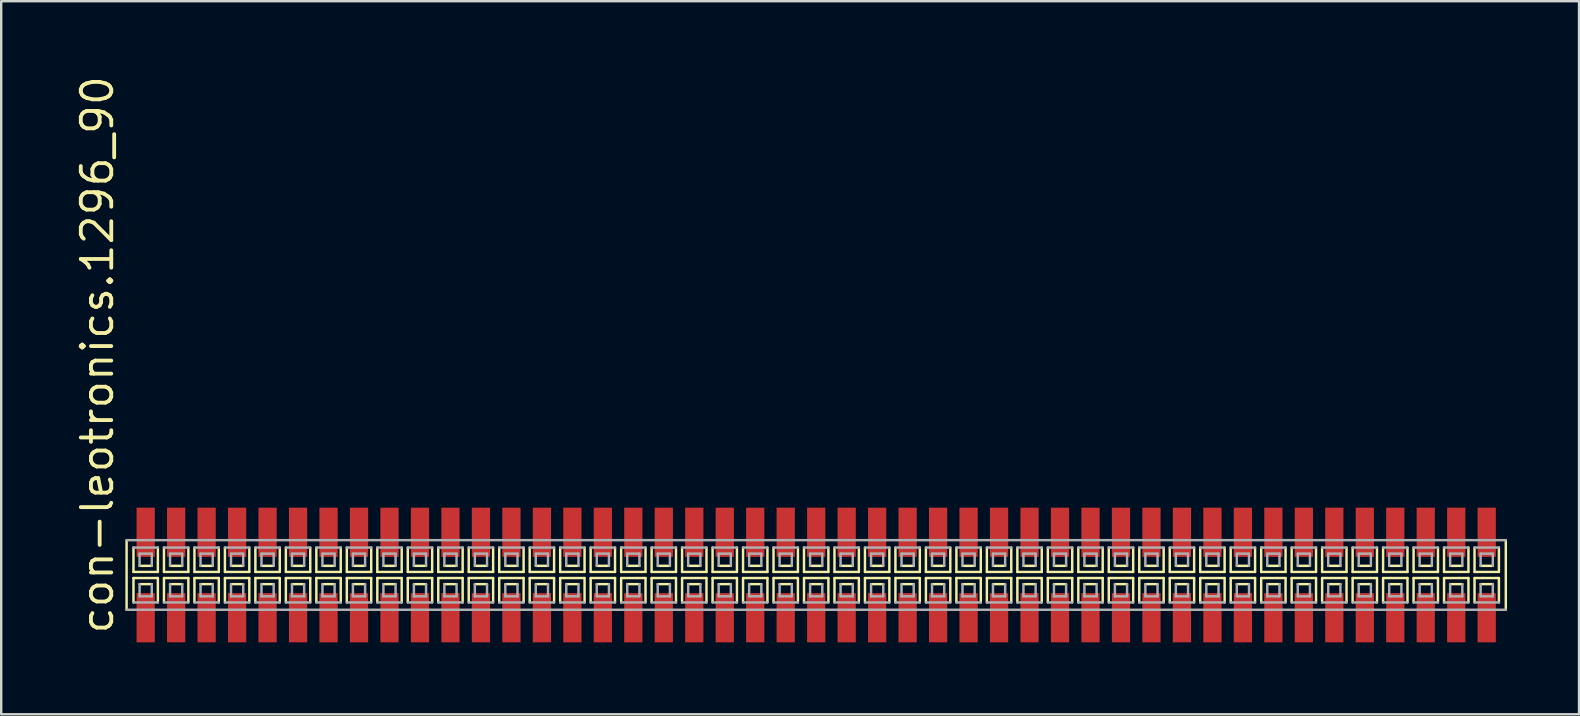
<source format=kicad_pcb>
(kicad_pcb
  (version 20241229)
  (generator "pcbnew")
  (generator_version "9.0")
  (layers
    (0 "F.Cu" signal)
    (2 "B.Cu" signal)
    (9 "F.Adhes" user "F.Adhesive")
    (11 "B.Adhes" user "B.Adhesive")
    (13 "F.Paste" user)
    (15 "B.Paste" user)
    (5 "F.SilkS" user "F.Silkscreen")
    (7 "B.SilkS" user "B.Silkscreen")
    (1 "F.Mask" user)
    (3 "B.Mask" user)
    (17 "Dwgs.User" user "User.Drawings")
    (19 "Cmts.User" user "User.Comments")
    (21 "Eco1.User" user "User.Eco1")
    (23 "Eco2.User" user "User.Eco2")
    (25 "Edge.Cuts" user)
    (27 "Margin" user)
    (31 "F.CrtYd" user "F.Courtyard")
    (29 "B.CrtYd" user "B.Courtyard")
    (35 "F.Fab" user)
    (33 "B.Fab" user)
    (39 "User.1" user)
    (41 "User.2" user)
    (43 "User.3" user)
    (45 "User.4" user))
  (footprint "con-leotronics.1296_90"
    (layer "F.Cu")
    (at 30.96 20.909)
    (property "Reference" "con-leotronics.1296_90" (at -29.21 2.54 90) (layer "F.SilkS") (effects (font (size 1.27 1.27) (thickness 0.16)) (justify left bottom)))
    (attr smd)
    (fp_line (start -28.735 -1.45) (end -28.735 1.45) (stroke (width 0.102) (type default)) (layer "F.SilkS"))
    (fp_line (start -28.448 -1.143) (end -28.448 -0.127) (stroke (width 0.102) (type default)) (layer "F.SilkS"))
    (fp_line (start -28.448 -0.127) (end -27.432 -0.127) (stroke (width 0.102) (type default)) (layer "F.SilkS"))
    (fp_line (start -28.448 0.127) (end -28.448 1.143) (stroke (width 0.102) (type default)) (layer "F.SilkS"))
    (fp_line (start -28.194 -0.381) (end -27.686 -0.381) (stroke (width 0.102) (type default)) (layer "F.SilkS"))
    (fp_line (start -27.686 0.381) (end -28.194 0.381) (stroke (width 0.102) (type default)) (layer "F.SilkS"))
    (fp_line (start -27.432 -0.127) (end -27.432 -1.143) (stroke (width 0.102) (type default)) (layer "F.SilkS"))
    (fp_line (start -27.432 0.127) (end -28.448 0.127) (stroke (width 0.102) (type default)) (layer "F.SilkS"))
    (fp_line (start -27.432 1.143) (end -27.432 0.127) (stroke (width 0.102) (type default)) (layer "F.SilkS"))
    (fp_line (start -27.178 -1.143) (end -27.178 -0.127) (stroke (width 0.102) (type default)) (layer "F.SilkS"))
    (fp_line (start -27.178 -0.127) (end -26.162 -0.127) (stroke (width 0.102) (type default)) (layer "F.SilkS"))
    (fp_line (start -27.178 0.127) (end -27.178 1.143) (stroke (width 0.102) (type default)) (layer "F.SilkS"))
    (fp_line (start -26.924 -0.381) (end -26.416 -0.381) (stroke (width 0.102) (type default)) (layer "F.SilkS"))
    (fp_line (start -26.416 0.381) (end -26.924 0.381) (stroke (width 0.102) (type default)) (layer "F.SilkS"))
    (fp_line (start -26.162 -0.127) (end -26.162 -1.143) (stroke (width 0.102) (type default)) (layer "F.SilkS"))
    (fp_line (start -26.162 0.127) (end -27.178 0.127) (stroke (width 0.102) (type default)) (layer "F.SilkS"))
    (fp_line (start -26.162 1.143) (end -26.162 0.127) (stroke (width 0.102) (type default)) (layer "F.SilkS"))
    (fp_line (start -25.908 -1.143) (end -25.908 -0.127) (stroke (width 0.102) (type default)) (layer "F.SilkS"))
    (fp_line (start -25.908 -0.127) (end -24.892 -0.127) (stroke (width 0.102) (type default)) (layer "F.SilkS"))
    (fp_line (start -25.908 0.127) (end -25.908 1.143) (stroke (width 0.102) (type default)) (layer "F.SilkS"))
    (fp_line (start -25.654 -0.381) (end -25.146 -0.381) (stroke (width 0.102) (type default)) (layer "F.SilkS"))
    (fp_line (start -25.146 0.381) (end -25.654 0.381) (stroke (width 0.102) (type default)) (layer "F.SilkS"))
    (fp_line (start -24.892 -0.127) (end -24.892 -1.143) (stroke (width 0.102) (type default)) (layer "F.SilkS"))
    (fp_line (start -24.892 0.127) (end -25.908 0.127) (stroke (width 0.102) (type default)) (layer "F.SilkS"))
    (fp_line (start -24.892 1.143) (end -24.892 0.127) (stroke (width 0.102) (type default)) (layer "F.SilkS"))
    (fp_line (start -24.638 -1.143) (end -24.638 -0.127) (stroke (width 0.102) (type default)) (layer "F.SilkS"))
    (fp_line (start -24.638 -0.127) (end -23.622 -0.127) (stroke (width 0.102) (type default)) (layer "F.SilkS"))
    (fp_line (start -24.638 0.127) (end -24.638 1.143) (stroke (width 0.102) (type default)) (layer "F.SilkS"))
    (fp_line (start -24.384 -0.381) (end -23.876 -0.381) (stroke (width 0.102) (type default)) (layer "F.SilkS"))
    (fp_line (start -23.876 0.381) (end -24.384 0.381) (stroke (width 0.102) (type default)) (layer "F.SilkS"))
    (fp_line (start -23.622 -0.127) (end -23.622 -1.143) (stroke (width 0.102) (type default)) (layer "F.SilkS"))
    (fp_line (start -23.622 0.127) (end -24.638 0.127) (stroke (width 0.102) (type default)) (layer "F.SilkS"))
    (fp_line (start -23.622 1.143) (end -23.622 0.127) (stroke (width 0.102) (type default)) (layer "F.SilkS"))
    (fp_line (start -23.368 -1.143) (end -23.368 -0.127) (stroke (width 0.102) (type default)) (layer "F.SilkS"))
    (fp_line (start -23.368 -0.127) (end -22.352 -0.127) (stroke (width 0.102) (type default)) (layer "F.SilkS"))
    (fp_line (start -23.368 0.127) (end -23.368 1.143) (stroke (width 0.102) (type default)) (layer "F.SilkS"))
    (fp_line (start -23.114 -0.381) (end -22.606 -0.381) (stroke (width 0.102) (type default)) (layer "F.SilkS"))
    (fp_line (start -22.606 0.381) (end -23.114 0.381) (stroke (width 0.102) (type default)) (layer "F.SilkS"))
    (fp_line (start -22.352 -0.127) (end -22.352 -1.143) (stroke (width 0.102) (type default)) (layer "F.SilkS"))
    (fp_line (start -22.352 0.127) (end -23.368 0.127) (stroke (width 0.102) (type default)) (layer "F.SilkS"))
    (fp_line (start -22.352 1.143) (end -22.352 0.127) (stroke (width 0.102) (type default)) (layer "F.SilkS"))
    (fp_line (start -22.098 -1.143) (end -22.098 -0.127) (stroke (width 0.102) (type default)) (layer "F.SilkS"))
    (fp_line (start -22.098 -0.127) (end -21.082 -0.127) (stroke (width 0.102) (type default)) (layer "F.SilkS"))
    (fp_line (start -22.098 0.127) (end -22.098 1.143) (stroke (width 0.102) (type default)) (layer "F.SilkS"))
    (fp_line (start -21.844 -0.381) (end -21.336 -0.381) (stroke (width 0.102) (type default)) (layer "F.SilkS"))
    (fp_line (start -21.336 0.381) (end -21.844 0.381) (stroke (width 0.102) (type default)) (layer "F.SilkS"))
    (fp_line (start -21.082 -0.127) (end -21.082 -1.143) (stroke (width 0.102) (type default)) (layer "F.SilkS"))
    (fp_line (start -21.082 0.127) (end -22.098 0.127) (stroke (width 0.102) (type default)) (layer "F.SilkS"))
    (fp_line (start -21.082 1.143) (end -21.082 0.127) (stroke (width 0.102) (type default)) (layer "F.SilkS"))
    (fp_line (start -20.828 -1.143) (end -20.828 -0.127) (stroke (width 0.102) (type default)) (layer "F.SilkS"))
    (fp_line (start -20.828 -0.127) (end -19.812 -0.127) (stroke (width 0.102) (type default)) (layer "F.SilkS"))
    (fp_line (start -20.828 0.127) (end -20.828 1.143) (stroke (width 0.102) (type default)) (layer "F.SilkS"))
    (fp_line (start -20.574 -0.381) (end -20.066 -0.381) (stroke (width 0.102) (type default)) (layer "F.SilkS"))
    (fp_line (start -20.066 0.381) (end -20.574 0.381) (stroke (width 0.102) (type default)) (layer "F.SilkS"))
    (fp_line (start -19.812 -0.127) (end -19.812 -1.143) (stroke (width 0.102) (type default)) (layer "F.SilkS"))
    (fp_line (start -19.812 0.127) (end -20.828 0.127) (stroke (width 0.102) (type default)) (layer "F.SilkS"))
    (fp_line (start -19.812 1.143) (end -19.812 0.127) (stroke (width 0.102) (type default)) (layer "F.SilkS"))
    (fp_line (start -19.558 -1.143) (end -19.558 -0.127) (stroke (width 0.102) (type default)) (layer "F.SilkS"))
    (fp_line (start -19.558 -0.127) (end -18.542 -0.127) (stroke (width 0.102) (type default)) (layer "F.SilkS"))
    (fp_line (start -19.558 0.127) (end -19.558 1.143) (stroke (width 0.102) (type default)) (layer "F.SilkS"))
    (fp_line (start -19.304 -0.381) (end -18.796 -0.381) (stroke (width 0.102) (type default)) (layer "F.SilkS"))
    (fp_line (start -18.796 0.381) (end -19.304 0.381) (stroke (width 0.102) (type default)) (layer "F.SilkS"))
    (fp_line (start -18.542 -0.127) (end -18.542 -1.143) (stroke (width 0.102) (type default)) (layer "F.SilkS"))
    (fp_line (start -18.542 0.127) (end -19.558 0.127) (stroke (width 0.102) (type default)) (layer "F.SilkS"))
    (fp_line (start -18.542 1.143) (end -18.542 0.127) (stroke (width 0.102) (type default)) (layer "F.SilkS"))
    (fp_line (start -18.288 -1.143) (end -18.288 -0.127) (stroke (width 0.102) (type default)) (layer "F.SilkS"))
    (fp_line (start -18.288 -0.127) (end -17.272 -0.127) (stroke (width 0.102) (type default)) (layer "F.SilkS"))
    (fp_line (start -18.288 0.127) (end -18.288 1.143) (stroke (width 0.102) (type default)) (layer "F.SilkS"))
    (fp_line (start -18.034 -0.381) (end -17.526 -0.381) (stroke (width 0.102) (type default)) (layer "F.SilkS"))
    (fp_line (start -17.526 0.381) (end -18.034 0.381) (stroke (width 0.102) (type default)) (layer "F.SilkS"))
    (fp_line (start -17.272 -0.127) (end -17.272 -1.143) (stroke (width 0.102) (type default)) (layer "F.SilkS"))
    (fp_line (start -17.272 0.127) (end -18.288 0.127) (stroke (width 0.102) (type default)) (layer "F.SilkS"))
    (fp_line (start -17.272 1.143) (end -17.272 0.127) (stroke (width 0.102) (type default)) (layer "F.SilkS"))
    (fp_line (start -17.018 -1.143) (end -17.018 -0.127) (stroke (width 0.102) (type default)) (layer "F.SilkS"))
    (fp_line (start -17.018 -0.127) (end -16.002 -0.127) (stroke (width 0.102) (type default)) (layer "F.SilkS"))
    (fp_line (start -17.018 0.127) (end -17.018 1.143) (stroke (width 0.102) (type default)) (layer "F.SilkS"))
    (fp_line (start -16.764 -0.381) (end -16.256 -0.381) (stroke (width 0.102) (type default)) (layer "F.SilkS"))
    (fp_line (start -16.256 0.381) (end -16.764 0.381) (stroke (width 0.102) (type default)) (layer "F.SilkS"))
    (fp_line (start -16.002 -0.127) (end -16.002 -1.143) (stroke (width 0.102) (type default)) (layer "F.SilkS"))
    (fp_line (start -16.002 0.127) (end -17.018 0.127) (stroke (width 0.102) (type default)) (layer "F.SilkS"))
    (fp_line (start -16.002 1.143) (end -16.002 0.127) (stroke (width 0.102) (type default)) (layer "F.SilkS"))
    (fp_line (start -15.748 -1.143) (end -15.748 -0.127) (stroke (width 0.102) (type default)) (layer "F.SilkS"))
    (fp_line (start -15.748 -0.127) (end -14.732 -0.127) (stroke (width 0.102) (type default)) (layer "F.SilkS"))
    (fp_line (start -15.748 0.127) (end -15.748 1.143) (stroke (width 0.102) (type default)) (layer "F.SilkS"))
    (fp_line (start -15.494 -0.381) (end -14.986 -0.381) (stroke (width 0.102) (type default)) (layer "F.SilkS"))
    (fp_line (start -14.986 0.381) (end -15.494 0.381) (stroke (width 0.102) (type default)) (layer "F.SilkS"))
    (fp_line (start -14.732 -0.127) (end -14.732 -1.143) (stroke (width 0.102) (type default)) (layer "F.SilkS"))
    (fp_line (start -14.732 0.127) (end -15.748 0.127) (stroke (width 0.102) (type default)) (layer "F.SilkS"))
    (fp_line (start -14.732 1.143) (end -14.732 0.127) (stroke (width 0.102) (type default)) (layer "F.SilkS"))
    (fp_line (start -14.478 -1.143) (end -14.478 -0.127) (stroke (width 0.102) (type default)) (layer "F.SilkS"))
    (fp_line (start -14.478 -0.127) (end -13.462 -0.127) (stroke (width 0.102) (type default)) (layer "F.SilkS"))
    (fp_line (start -14.478 0.127) (end -14.478 1.143) (stroke (width 0.102) (type default)) (layer "F.SilkS"))
    (fp_line (start -14.224 -0.381) (end -13.716 -0.381) (stroke (width 0.102) (type default)) (layer "F.SilkS"))
    (fp_line (start -13.716 0.381) (end -14.224 0.381) (stroke (width 0.102) (type default)) (layer "F.SilkS"))
    (fp_line (start -13.462 -0.127) (end -13.462 -1.143) (stroke (width 0.102) (type default)) (layer "F.SilkS"))
    (fp_line (start -13.462 0.127) (end -14.478 0.127) (stroke (width 0.102) (type default)) (layer "F.SilkS"))
    (fp_line (start -13.462 1.143) (end -13.462 0.127) (stroke (width 0.102) (type default)) (layer "F.SilkS"))
    (fp_line (start -13.208 -1.143) (end -13.208 -0.127) (stroke (width 0.102) (type default)) (layer "F.SilkS"))
    (fp_line (start -13.208 -0.127) (end -12.192 -0.127) (stroke (width 0.102) (type default)) (layer "F.SilkS"))
    (fp_line (start -13.208 0.127) (end -13.208 1.143) (stroke (width 0.102) (type default)) (layer "F.SilkS"))
    (fp_line (start -12.954 -0.381) (end -12.446 -0.381) (stroke (width 0.102) (type default)) (layer "F.SilkS"))
    (fp_line (start -12.446 0.381) (end -12.954 0.381) (stroke (width 0.102) (type default)) (layer "F.SilkS"))
    (fp_line (start -12.192 -0.127) (end -12.192 -1.143) (stroke (width 0.102) (type default)) (layer "F.SilkS"))
    (fp_line (start -12.192 0.127) (end -13.208 0.127) (stroke (width 0.102) (type default)) (layer "F.SilkS"))
    (fp_line (start -12.192 1.143) (end -12.192 0.127) (stroke (width 0.102) (type default)) (layer "F.SilkS"))
    (fp_line (start -11.938 -1.143) (end -11.938 -0.127) (stroke (width 0.102) (type default)) (layer "F.SilkS"))
    (fp_line (start -11.938 -0.127) (end -10.922 -0.127) (stroke (width 0.102) (type default)) (layer "F.SilkS"))
    (fp_line (start -11.938 0.127) (end -11.938 1.143) (stroke (width 0.102) (type default)) (layer "F.SilkS"))
    (fp_line (start -11.684 -0.381) (end -11.176 -0.381) (stroke (width 0.102) (type default)) (layer "F.SilkS"))
    (fp_line (start -11.176 0.381) (end -11.684 0.381) (stroke (width 0.102) (type default)) (layer "F.SilkS"))
    (fp_line (start -10.922 -0.127) (end -10.922 -1.143) (stroke (width 0.102) (type default)) (layer "F.SilkS"))
    (fp_line (start -10.922 0.127) (end -11.938 0.127) (stroke (width 0.102) (type default)) (layer "F.SilkS"))
    (fp_line (start -10.922 1.143) (end -10.922 0.127) (stroke (width 0.102) (type default)) (layer "F.SilkS"))
    (fp_line (start -10.668 -1.143) (end -10.668 -0.127) (stroke (width 0.102) (type default)) (layer "F.SilkS"))
    (fp_line (start -10.668 -0.127) (end -9.652 -0.127) (stroke (width 0.102) (type default)) (layer "F.SilkS"))
    (fp_line (start -10.668 0.127) (end -10.668 1.143) (stroke (width 0.102) (type default)) (layer "F.SilkS"))
    (fp_line (start -10.414 -0.381) (end -9.906 -0.381) (stroke (width 0.102) (type default)) (layer "F.SilkS"))
    (fp_line (start -9.906 0.381) (end -10.414 0.381) (stroke (width 0.102) (type default)) (layer "F.SilkS"))
    (fp_line (start -9.652 -0.127) (end -9.652 -1.143) (stroke (width 0.102) (type default)) (layer "F.SilkS"))
    (fp_line (start -9.652 0.127) (end -10.668 0.127) (stroke (width 0.102) (type default)) (layer "F.SilkS"))
    (fp_line (start -9.652 1.143) (end -9.652 0.127) (stroke (width 0.102) (type default)) (layer "F.SilkS"))
    (fp_line (start -9.398 -1.143) (end -9.398 -0.127) (stroke (width 0.102) (type default)) (layer "F.SilkS"))
    (fp_line (start -9.398 -0.127) (end -8.382 -0.127) (stroke (width 0.102) (type default)) (layer "F.SilkS"))
    (fp_line (start -9.398 0.127) (end -9.398 1.143) (stroke (width 0.102) (type default)) (layer "F.SilkS"))
    (fp_line (start -9.144 -0.381) (end -8.636 -0.381) (stroke (width 0.102) (type default)) (layer "F.SilkS"))
    (fp_line (start -8.636 0.381) (end -9.144 0.381) (stroke (width 0.102) (type default)) (layer "F.SilkS"))
    (fp_line (start -8.382 -0.127) (end -8.382 -1.143) (stroke (width 0.102) (type default)) (layer "F.SilkS"))
    (fp_line (start -8.382 0.127) (end -9.398 0.127) (stroke (width 0.102) (type default)) (layer "F.SilkS"))
    (fp_line (start -8.382 1.143) (end -8.382 0.127) (stroke (width 0.102) (type default)) (layer "F.SilkS"))
    (fp_line (start -8.128 -1.143) (end -8.128 -0.127) (stroke (width 0.102) (type default)) (layer "F.SilkS"))
    (fp_line (start -8.128 -0.127) (end -7.112 -0.127) (stroke (width 0.102) (type default)) (layer "F.SilkS"))
    (fp_line (start -8.128 0.127) (end -8.128 1.143) (stroke (width 0.102) (type default)) (layer "F.SilkS"))
    (fp_line (start -7.874 -0.381) (end -7.366 -0.381) (stroke (width 0.102) (type default)) (layer "F.SilkS"))
    (fp_line (start -7.366 0.381) (end -7.874 0.381) (stroke (width 0.102) (type default)) (layer "F.SilkS"))
    (fp_line (start -7.112 -0.127) (end -7.112 -1.143) (stroke (width 0.102) (type default)) (layer "F.SilkS"))
    (fp_line (start -7.112 0.127) (end -8.128 0.127) (stroke (width 0.102) (type default)) (layer "F.SilkS"))
    (fp_line (start -7.112 1.143) (end -7.112 0.127) (stroke (width 0.102) (type default)) (layer "F.SilkS"))
    (fp_line (start -6.858 -1.143) (end -6.858 -0.127) (stroke (width 0.102) (type default)) (layer "F.SilkS"))
    (fp_line (start -6.858 -0.127) (end -5.842 -0.127) (stroke (width 0.102) (type default)) (layer "F.SilkS"))
    (fp_line (start -6.858 0.127) (end -6.858 1.143) (stroke (width 0.102) (type default)) (layer "F.SilkS"))
    (fp_line (start -6.604 -0.381) (end -6.096 -0.381) (stroke (width 0.102) (type default)) (layer "F.SilkS"))
    (fp_line (start -6.096 0.381) (end -6.604 0.381) (stroke (width 0.102) (type default)) (layer "F.SilkS"))
    (fp_line (start -5.842 -0.127) (end -5.842 -1.143) (stroke (width 0.102) (type default)) (layer "F.SilkS"))
    (fp_line (start -5.842 0.127) (end -6.858 0.127) (stroke (width 0.102) (type default)) (layer "F.SilkS"))
    (fp_line (start -5.842 1.143) (end -5.842 0.127) (stroke (width 0.102) (type default)) (layer "F.SilkS"))
    (fp_line (start -5.588 -1.143) (end -5.588 -0.127) (stroke (width 0.102) (type default)) (layer "F.SilkS"))
    (fp_line (start -5.588 -0.127) (end -4.572 -0.127) (stroke (width 0.102) (type default)) (layer "F.SilkS"))
    (fp_line (start -5.588 0.127) (end -5.588 1.143) (stroke (width 0.102) (type default)) (layer "F.SilkS"))
    (fp_line (start -5.334 -0.381) (end -4.826 -0.381) (stroke (width 0.102) (type default)) (layer "F.SilkS"))
    (fp_line (start -4.826 0.381) (end -5.334 0.381) (stroke (width 0.102) (type default)) (layer "F.SilkS"))
    (fp_line (start -4.572 -0.127) (end -4.572 -1.143) (stroke (width 0.102) (type default)) (layer "F.SilkS"))
    (fp_line (start -4.572 0.127) (end -5.588 0.127) (stroke (width 0.102) (type default)) (layer "F.SilkS"))
    (fp_line (start -4.572 1.143) (end -4.572 0.127) (stroke (width 0.102) (type default)) (layer "F.SilkS"))
    (fp_line (start -4.318 -1.143) (end -4.318 -0.127) (stroke (width 0.102) (type default)) (layer "F.SilkS"))
    (fp_line (start -4.318 -0.127) (end -3.302 -0.127) (stroke (width 0.102) (type default)) (layer "F.SilkS"))
    (fp_line (start -4.318 0.127) (end -4.318 1.143) (stroke (width 0.102) (type default)) (layer "F.SilkS"))
    (fp_line (start -4.064 -0.381) (end -3.556 -0.381) (stroke (width 0.102) (type default)) (layer "F.SilkS"))
    (fp_line (start -3.556 0.381) (end -4.064 0.381) (stroke (width 0.102) (type default)) (layer "F.SilkS"))
    (fp_line (start -3.302 -0.127) (end -3.302 -1.143) (stroke (width 0.102) (type default)) (layer "F.SilkS"))
    (fp_line (start -3.302 0.127) (end -4.318 0.127) (stroke (width 0.102) (type default)) (layer "F.SilkS"))
    (fp_line (start -3.302 1.143) (end -3.302 0.127) (stroke (width 0.102) (type default)) (layer "F.SilkS"))
    (fp_line (start -3.048 -1.143) (end -3.048 -0.127) (stroke (width 0.102) (type default)) (layer "F.SilkS"))
    (fp_line (start -3.048 -0.127) (end -2.032 -0.127) (stroke (width 0.102) (type default)) (layer "F.SilkS"))
    (fp_line (start -3.048 0.127) (end -3.048 1.143) (stroke (width 0.102) (type default)) (layer "F.SilkS"))
    (fp_line (start -2.794 -0.381) (end -2.286 -0.381) (stroke (width 0.102) (type default)) (layer "F.SilkS"))
    (fp_line (start -2.286 0.381) (end -2.794 0.381) (stroke (width 0.102) (type default)) (layer "F.SilkS"))
    (fp_line (start -2.032 -0.127) (end -2.032 -1.143) (stroke (width 0.102) (type default)) (layer "F.SilkS"))
    (fp_line (start -2.032 0.127) (end -3.048 0.127) (stroke (width 0.102) (type default)) (layer "F.SilkS"))
    (fp_line (start -2.032 1.143) (end -2.032 0.127) (stroke (width 0.102) (type default)) (layer "F.SilkS"))
    (fp_line (start -1.778 -1.143) (end -1.778 -0.127) (stroke (width 0.102) (type default)) (layer "F.SilkS"))
    (fp_line (start -1.778 -0.127) (end -0.762 -0.127) (stroke (width 0.102) (type default)) (layer "F.SilkS"))
    (fp_line (start -1.778 0.127) (end -1.778 1.143) (stroke (width 0.102) (type default)) (layer "F.SilkS"))
    (fp_line (start -1.524 -0.381) (end -1.016 -0.381) (stroke (width 0.102) (type default)) (layer "F.SilkS"))
    (fp_line (start -1.016 0.381) (end -1.524 0.381) (stroke (width 0.102) (type default)) (layer "F.SilkS"))
    (fp_line (start -0.762 -0.127) (end -0.762 -1.143) (stroke (width 0.102) (type default)) (layer "F.SilkS"))
    (fp_line (start -0.762 0.127) (end -1.778 0.127) (stroke (width 0.102) (type default)) (layer "F.SilkS"))
    (fp_line (start -0.762 1.143) (end -0.762 0.127) (stroke (width 0.102) (type default)) (layer "F.SilkS"))
    (fp_line (start -0.508 -1.143) (end -0.508 -0.127) (stroke (width 0.102) (type default)) (layer "F.SilkS"))
    (fp_line (start -0.508 -0.127) (end 0.508 -0.127) (stroke (width 0.102) (type default)) (layer "F.SilkS"))
    (fp_line (start -0.508 0.127) (end -0.508 1.143) (stroke (width 0.102) (type default)) (layer "F.SilkS"))
    (fp_line (start -0.254 -0.381) (end 0.254 -0.381) (stroke (width 0.102) (type default)) (layer "F.SilkS"))
    (fp_line (start 0.254 0.381) (end -0.254 0.381) (stroke (width 0.102) (type default)) (layer "F.SilkS"))
    (fp_line (start 0.508 -0.127) (end 0.508 -1.143) (stroke (width 0.102) (type default)) (layer "F.SilkS"))
    (fp_line (start 0.508 0.127) (end -0.508 0.127) (stroke (width 0.102) (type default)) (layer "F.SilkS"))
    (fp_line (start 0.508 1.143) (end 0.508 0.127) (stroke (width 0.102) (type default)) (layer "F.SilkS"))
    (fp_line (start 0.762 -1.143) (end 0.762 -0.127) (stroke (width 0.102) (type default)) (layer "F.SilkS"))
    (fp_line (start 0.762 -0.127) (end 1.778 -0.127) (stroke (width 0.102) (type default)) (layer "F.SilkS"))
    (fp_line (start 0.762 0.127) (end 0.762 1.143) (stroke (width 0.102) (type default)) (layer "F.SilkS"))
    (fp_line (start 1.016 -0.381) (end 1.524 -0.381) (stroke (width 0.102) (type default)) (layer "F.SilkS"))
    (fp_line (start 1.524 0.381) (end 1.016 0.381) (stroke (width 0.102) (type default)) (layer "F.SilkS"))
    (fp_line (start 1.778 -0.127) (end 1.778 -1.143) (stroke (width 0.102) (type default)) (layer "F.SilkS"))
    (fp_line (start 1.778 0.127) (end 0.762 0.127) (stroke (width 0.102) (type default)) (layer "F.SilkS"))
    (fp_line (start 1.778 1.143) (end 1.778 0.127) (stroke (width 0.102) (type default)) (layer "F.SilkS"))
    (fp_line (start 2.032 -1.143) (end 2.032 -0.127) (stroke (width 0.102) (type default)) (layer "F.SilkS"))
    (fp_line (start 2.032 -0.127) (end 3.048 -0.127) (stroke (width 0.102) (type default)) (layer "F.SilkS"))
    (fp_line (start 2.032 0.127) (end 2.032 1.143) (stroke (width 0.102) (type default)) (layer "F.SilkS"))
    (fp_line (start 2.286 -0.381) (end 2.794 -0.381) (stroke (width 0.102) (type default)) (layer "F.SilkS"))
    (fp_line (start 2.794 0.381) (end 2.286 0.381) (stroke (width 0.102) (type default)) (layer "F.SilkS"))
    (fp_line (start 3.048 -0.127) (end 3.048 -1.143) (stroke (width 0.102) (type default)) (layer "F.SilkS"))
    (fp_line (start 3.048 0.127) (end 2.032 0.127) (stroke (width 0.102) (type default)) (layer "F.SilkS"))
    (fp_line (start 3.048 1.143) (end 3.048 0.127) (stroke (width 0.102) (type default)) (layer "F.SilkS"))
    (fp_line (start 3.302 -1.143) (end 3.302 -0.127) (stroke (width 0.102) (type default)) (layer "F.SilkS"))
    (fp_line (start 3.302 -0.127) (end 4.318 -0.127) (stroke (width 0.102) (type default)) (layer "F.SilkS"))
    (fp_line (start 3.302 0.127) (end 3.302 1.143) (stroke (width 0.102) (type default)) (layer "F.SilkS"))
    (fp_line (start 3.556 -0.381) (end 4.064 -0.381) (stroke (width 0.102) (type default)) (layer "F.SilkS"))
    (fp_line (start 4.064 0.381) (end 3.556 0.381) (stroke (width 0.102) (type default)) (layer "F.SilkS"))
    (fp_line (start 4.318 -0.127) (end 4.318 -1.143) (stroke (width 0.102) (type default)) (layer "F.SilkS"))
    (fp_line (start 4.318 0.127) (end 3.302 0.127) (stroke (width 0.102) (type default)) (layer "F.SilkS"))
    (fp_line (start 4.318 1.143) (end 4.318 0.127) (stroke (width 0.102) (type default)) (layer "F.SilkS"))
    (fp_line (start 4.572 -1.143) (end 4.572 -0.127) (stroke (width 0.102) (type default)) (layer "F.SilkS"))
    (fp_line (start 4.572 -0.127) (end 5.588 -0.127) (stroke (width 0.102) (type default)) (layer "F.SilkS"))
    (fp_line (start 4.572 0.127) (end 4.572 1.143) (stroke (width 0.102) (type default)) (layer "F.SilkS"))
    (fp_line (start 4.826 -0.381) (end 5.334 -0.381) (stroke (width 0.102) (type default)) (layer "F.SilkS"))
    (fp_line (start 5.334 0.381) (end 4.826 0.381) (stroke (width 0.102) (type default)) (layer "F.SilkS"))
    (fp_line (start 5.588 -0.127) (end 5.588 -1.143) (stroke (width 0.102) (type default)) (layer "F.SilkS"))
    (fp_line (start 5.588 0.127) (end 4.572 0.127) (stroke (width 0.102) (type default)) (layer "F.SilkS"))
    (fp_line (start 5.588 1.143) (end 5.588 0.127) (stroke (width 0.102) (type default)) (layer "F.SilkS"))
    (fp_line (start 5.842 -1.143) (end 5.842 -0.127) (stroke (width 0.102) (type default)) (layer "F.SilkS"))
    (fp_line (start 5.842 -0.127) (end 6.858 -0.127) (stroke (width 0.102) (type default)) (layer "F.SilkS"))
    (fp_line (start 5.842 0.127) (end 5.842 1.143) (stroke (width 0.102) (type default)) (layer "F.SilkS"))
    (fp_line (start 6.096 -0.381) (end 6.604 -0.381) (stroke (width 0.102) (type default)) (layer "F.SilkS"))
    (fp_line (start 6.604 0.381) (end 6.096 0.381) (stroke (width 0.102) (type default)) (layer "F.SilkS"))
    (fp_line (start 6.858 -0.127) (end 6.858 -1.143) (stroke (width 0.102) (type default)) (layer "F.SilkS"))
    (fp_line (start 6.858 0.127) (end 5.842 0.127) (stroke (width 0.102) (type default)) (layer "F.SilkS"))
    (fp_line (start 6.858 1.143) (end 6.858 0.127) (stroke (width 0.102) (type default)) (layer "F.SilkS"))
    (fp_line (start 7.112 -1.143) (end 7.112 -0.127) (stroke (width 0.102) (type default)) (layer "F.SilkS"))
    (fp_line (start 7.112 -0.127) (end 8.128 -0.127) (stroke (width 0.102) (type default)) (layer "F.SilkS"))
    (fp_line (start 7.112 0.127) (end 7.112 1.143) (stroke (width 0.102) (type default)) (layer "F.SilkS"))
    (fp_line (start 7.366 -0.381) (end 7.874 -0.381) (stroke (width 0.102) (type default)) (layer "F.SilkS"))
    (fp_line (start 7.874 0.381) (end 7.366 0.381) (stroke (width 0.102) (type default)) (layer "F.SilkS"))
    (fp_line (start 8.128 -0.127) (end 8.128 -1.143) (stroke (width 0.102) (type default)) (layer "F.SilkS"))
    (fp_line (start 8.128 0.127) (end 7.112 0.127) (stroke (width 0.102) (type default)) (layer "F.SilkS"))
    (fp_line (start 8.128 1.143) (end 8.128 0.127) (stroke (width 0.102) (type default)) (layer "F.SilkS"))
    (fp_line (start 8.382 -1.143) (end 8.382 -0.127) (stroke (width 0.102) (type default)) (layer "F.SilkS"))
    (fp_line (start 8.382 -0.127) (end 9.398 -0.127) (stroke (width 0.102) (type default)) (layer "F.SilkS"))
    (fp_line (start 8.382 0.127) (end 8.382 1.143) (stroke (width 0.102) (type default)) (layer "F.SilkS"))
    (fp_line (start 8.636 -0.381) (end 9.144 -0.381) (stroke (width 0.102) (type default)) (layer "F.SilkS"))
    (fp_line (start 9.144 0.381) (end 8.636 0.381) (stroke (width 0.102) (type default)) (layer "F.SilkS"))
    (fp_line (start 9.398 -0.127) (end 9.398 -1.143) (stroke (width 0.102) (type default)) (layer "F.SilkS"))
    (fp_line (start 9.398 0.127) (end 8.382 0.127) (stroke (width 0.102) (type default)) (layer "F.SilkS"))
    (fp_line (start 9.398 1.143) (end 9.398 0.127) (stroke (width 0.102) (type default)) (layer "F.SilkS"))
    (fp_line (start 9.652 -1.143) (end 9.652 -0.127) (stroke (width 0.102) (type default)) (layer "F.SilkS"))
    (fp_line (start 9.652 -0.127) (end 10.668 -0.127) (stroke (width 0.102) (type default)) (layer "F.SilkS"))
    (fp_line (start 9.652 0.127) (end 9.652 1.143) (stroke (width 0.102) (type default)) (layer "F.SilkS"))
    (fp_line (start 9.906 -0.381) (end 10.414 -0.381) (stroke (width 0.102) (type default)) (layer "F.SilkS"))
    (fp_line (start 10.414 0.381) (end 9.906 0.381) (stroke (width 0.102) (type default)) (layer "F.SilkS"))
    (fp_line (start 10.668 -0.127) (end 10.668 -1.143) (stroke (width 0.102) (type default)) (layer "F.SilkS"))
    (fp_line (start 10.668 0.127) (end 9.652 0.127) (stroke (width 0.102) (type default)) (layer "F.SilkS"))
    (fp_line (start 10.668 1.143) (end 10.668 0.127) (stroke (width 0.102) (type default)) (layer "F.SilkS"))
    (fp_line (start 10.922 -1.143) (end 10.922 -0.127) (stroke (width 0.102) (type default)) (layer "F.SilkS"))
    (fp_line (start 10.922 -0.127) (end 11.938 -0.127) (stroke (width 0.102) (type default)) (layer "F.SilkS"))
    (fp_line (start 10.922 0.127) (end 10.922 1.143) (stroke (width 0.102) (type default)) (layer "F.SilkS"))
    (fp_line (start 11.176 -0.381) (end 11.684 -0.381) (stroke (width 0.102) (type default)) (layer "F.SilkS"))
    (fp_line (start 11.684 0.381) (end 11.176 0.381) (stroke (width 0.102) (type default)) (layer "F.SilkS"))
    (fp_line (start 11.938 -0.127) (end 11.938 -1.143) (stroke (width 0.102) (type default)) (layer "F.SilkS"))
    (fp_line (start 11.938 0.127) (end 10.922 0.127) (stroke (width 0.102) (type default)) (layer "F.SilkS"))
    (fp_line (start 11.938 1.143) (end 11.938 0.127) (stroke (width 0.102) (type default)) (layer "F.SilkS"))
    (fp_line (start 12.192 -1.143) (end 12.192 -0.127) (stroke (width 0.102) (type default)) (layer "F.SilkS"))
    (fp_line (start 12.192 -0.127) (end 13.208 -0.127) (stroke (width 0.102) (type default)) (layer "F.SilkS"))
    (fp_line (start 12.192 0.127) (end 12.192 1.143) (stroke (width 0.102) (type default)) (layer "F.SilkS"))
    (fp_line (start 12.446 -0.381) (end 12.954 -0.381) (stroke (width 0.102) (type default)) (layer "F.SilkS"))
    (fp_line (start 12.954 0.381) (end 12.446 0.381) (stroke (width 0.102) (type default)) (layer "F.SilkS"))
    (fp_line (start 13.208 -0.127) (end 13.208 -1.143) (stroke (width 0.102) (type default)) (layer "F.SilkS"))
    (fp_line (start 13.208 0.127) (end 12.192 0.127) (stroke (width 0.102) (type default)) (layer "F.SilkS"))
    (fp_line (start 13.208 1.143) (end 13.208 0.127) (stroke (width 0.102) (type default)) (layer "F.SilkS"))
    (fp_line (start 13.462 -1.143) (end 13.462 -0.127) (stroke (width 0.102) (type default)) (layer "F.SilkS"))
    (fp_line (start 13.462 -0.127) (end 14.478 -0.127) (stroke (width 0.102) (type default)) (layer "F.SilkS"))
    (fp_line (start 13.462 0.127) (end 13.462 1.143) (stroke (width 0.102) (type default)) (layer "F.SilkS"))
    (fp_line (start 13.716 -0.381) (end 14.224 -0.381) (stroke (width 0.102) (type default)) (layer "F.SilkS"))
    (fp_line (start 14.224 0.381) (end 13.716 0.381) (stroke (width 0.102) (type default)) (layer "F.SilkS"))
    (fp_line (start 14.478 -0.127) (end 14.478 -1.143) (stroke (width 0.102) (type default)) (layer "F.SilkS"))
    (fp_line (start 14.478 0.127) (end 13.462 0.127) (stroke (width 0.102) (type default)) (layer "F.SilkS"))
    (fp_line (start 14.478 1.143) (end 14.478 0.127) (stroke (width 0.102) (type default)) (layer "F.SilkS"))
    (fp_line (start 14.732 -1.143) (end 14.732 -0.127) (stroke (width 0.102) (type default)) (layer "F.SilkS"))
    (fp_line (start 14.732 -0.127) (end 15.748 -0.127) (stroke (width 0.102) (type default)) (layer "F.SilkS"))
    (fp_line (start 14.732 0.127) (end 14.732 1.143) (stroke (width 0.102) (type default)) (layer "F.SilkS"))
    (fp_line (start 14.986 -0.381) (end 15.494 -0.381) (stroke (width 0.102) (type default)) (layer "F.SilkS"))
    (fp_line (start 15.494 0.381) (end 14.986 0.381) (stroke (width 0.102) (type default)) (layer "F.SilkS"))
    (fp_line (start 15.748 -0.127) (end 15.748 -1.143) (stroke (width 0.102) (type default)) (layer "F.SilkS"))
    (fp_line (start 15.748 0.127) (end 14.732 0.127) (stroke (width 0.102) (type default)) (layer "F.SilkS"))
    (fp_line (start 15.748 1.143) (end 15.748 0.127) (stroke (width 0.102) (type default)) (layer "F.SilkS"))
    (fp_line (start 16.002 -1.143) (end 16.002 -0.127) (stroke (width 0.102) (type default)) (layer "F.SilkS"))
    (fp_line (start 16.002 -0.127) (end 17.018 -0.127) (stroke (width 0.102) (type default)) (layer "F.SilkS"))
    (fp_line (start 16.002 0.127) (end 16.002 1.143) (stroke (width 0.102) (type default)) (layer "F.SilkS"))
    (fp_line (start 16.256 -0.381) (end 16.764 -0.381) (stroke (width 0.102) (type default)) (layer "F.SilkS"))
    (fp_line (start 16.764 0.381) (end 16.256 0.381) (stroke (width 0.102) (type default)) (layer "F.SilkS"))
    (fp_line (start 17.018 -0.127) (end 17.018 -1.143) (stroke (width 0.102) (type default)) (layer "F.SilkS"))
    (fp_line (start 17.018 0.127) (end 16.002 0.127) (stroke (width 0.102) (type default)) (layer "F.SilkS"))
    (fp_line (start 17.018 1.143) (end 17.018 0.127) (stroke (width 0.102) (type default)) (layer "F.SilkS"))
    (fp_line (start 17.272 -1.143) (end 17.272 -0.127) (stroke (width 0.102) (type default)) (layer "F.SilkS"))
    (fp_line (start 17.272 -0.127) (end 18.288 -0.127) (stroke (width 0.102) (type default)) (layer "F.SilkS"))
    (fp_line (start 17.272 0.127) (end 17.272 1.143) (stroke (width 0.102) (type default)) (layer "F.SilkS"))
    (fp_line (start 17.526 -0.381) (end 18.034 -0.381) (stroke (width 0.102) (type default)) (layer "F.SilkS"))
    (fp_line (start 18.034 0.381) (end 17.526 0.381) (stroke (width 0.102) (type default)) (layer "F.SilkS"))
    (fp_line (start 18.288 -0.127) (end 18.288 -1.143) (stroke (width 0.102) (type default)) (layer "F.SilkS"))
    (fp_line (start 18.288 0.127) (end 17.272 0.127) (stroke (width 0.102) (type default)) (layer "F.SilkS"))
    (fp_line (start 18.288 1.143) (end 18.288 0.127) (stroke (width 0.102) (type default)) (layer "F.SilkS"))
    (fp_line (start 18.542 -1.143) (end 18.542 -0.127) (stroke (width 0.102) (type default)) (layer "F.SilkS"))
    (fp_line (start 18.542 -0.127) (end 19.558 -0.127) (stroke (width 0.102) (type default)) (layer "F.SilkS"))
    (fp_line (start 18.542 0.127) (end 18.542 1.143) (stroke (width 0.102) (type default)) (layer "F.SilkS"))
    (fp_line (start 18.796 -0.381) (end 19.304 -0.381) (stroke (width 0.102) (type default)) (layer "F.SilkS"))
    (fp_line (start 19.304 0.381) (end 18.796 0.381) (stroke (width 0.102) (type default)) (layer "F.SilkS"))
    (fp_line (start 19.558 -0.127) (end 19.558 -1.143) (stroke (width 0.102) (type default)) (layer "F.SilkS"))
    (fp_line (start 19.558 0.127) (end 18.542 0.127) (stroke (width 0.102) (type default)) (layer "F.SilkS"))
    (fp_line (start 19.558 1.143) (end 19.558 0.127) (stroke (width 0.102) (type default)) (layer "F.SilkS"))
    (fp_line (start 19.812 -1.143) (end 19.812 -0.127) (stroke (width 0.102) (type default)) (layer "F.SilkS"))
    (fp_line (start 19.812 -0.127) (end 20.828 -0.127) (stroke (width 0.102) (type default)) (layer "F.SilkS"))
    (fp_line (start 19.812 0.127) (end 19.812 1.143) (stroke (width 0.102) (type default)) (layer "F.SilkS"))
    (fp_line (start 20.066 -0.381) (end 20.574 -0.381) (stroke (width 0.102) (type default)) (layer "F.SilkS"))
    (fp_line (start 20.574 0.381) (end 20.066 0.381) (stroke (width 0.102) (type default)) (layer "F.SilkS"))
    (fp_line (start 20.828 -0.127) (end 20.828 -1.143) (stroke (width 0.102) (type default)) (layer "F.SilkS"))
    (fp_line (start 20.828 0.127) (end 19.812 0.127) (stroke (width 0.102) (type default)) (layer "F.SilkS"))
    (fp_line (start 20.828 1.143) (end 20.828 0.127) (stroke (width 0.102) (type default)) (layer "F.SilkS"))
    (fp_line (start 21.082 -1.143) (end 21.082 -0.127) (stroke (width 0.102) (type default)) (layer "F.SilkS"))
    (fp_line (start 21.082 -0.127) (end 22.098 -0.127) (stroke (width 0.102) (type default)) (layer "F.SilkS"))
    (fp_line (start 21.082 0.127) (end 21.082 1.143) (stroke (width 0.102) (type default)) (layer "F.SilkS"))
    (fp_line (start 21.336 -0.381) (end 21.844 -0.381) (stroke (width 0.102) (type default)) (layer "F.SilkS"))
    (fp_line (start 21.844 0.381) (end 21.336 0.381) (stroke (width 0.102) (type default)) (layer "F.SilkS"))
    (fp_line (start 22.098 -0.127) (end 22.098 -1.143) (stroke (width 0.102) (type default)) (layer "F.SilkS"))
    (fp_line (start 22.098 0.127) (end 21.082 0.127) (stroke (width 0.102) (type default)) (layer "F.SilkS"))
    (fp_line (start 22.098 1.143) (end 22.098 0.127) (stroke (width 0.102) (type default)) (layer "F.SilkS"))
    (fp_line (start 22.352 -1.143) (end 22.352 -0.127) (stroke (width 0.102) (type default)) (layer "F.SilkS"))
    (fp_line (start 22.352 -0.127) (end 23.368 -0.127) (stroke (width 0.102) (type default)) (layer "F.SilkS"))
    (fp_line (start 22.352 0.127) (end 22.352 1.143) (stroke (width 0.102) (type default)) (layer "F.SilkS"))
    (fp_line (start 22.606 -0.381) (end 23.114 -0.381) (stroke (width 0.102) (type default)) (layer "F.SilkS"))
    (fp_line (start 23.114 0.381) (end 22.606 0.381) (stroke (width 0.102) (type default)) (layer "F.SilkS"))
    (fp_line (start 23.368 -0.127) (end 23.368 -1.143) (stroke (width 0.102) (type default)) (layer "F.SilkS"))
    (fp_line (start 23.368 0.127) (end 22.352 0.127) (stroke (width 0.102) (type default)) (layer "F.SilkS"))
    (fp_line (start 23.368 1.143) (end 23.368 0.127) (stroke (width 0.102) (type default)) (layer "F.SilkS"))
    (fp_line (start 23.622 -1.143) (end 23.622 -0.127) (stroke (width 0.102) (type default)) (layer "F.SilkS"))
    (fp_line (start 23.622 -0.127) (end 24.638 -0.127) (stroke (width 0.102) (type default)) (layer "F.SilkS"))
    (fp_line (start 23.622 0.127) (end 23.622 1.143) (stroke (width 0.102) (type default)) (layer "F.SilkS"))
    (fp_line (start 23.876 -0.381) (end 24.384 -0.381) (stroke (width 0.102) (type default)) (layer "F.SilkS"))
    (fp_line (start 24.384 0.381) (end 23.876 0.381) (stroke (width 0.102) (type default)) (layer "F.SilkS"))
    (fp_line (start 24.638 -0.127) (end 24.638 -1.143) (stroke (width 0.102) (type default)) (layer "F.SilkS"))
    (fp_line (start 24.638 0.127) (end 23.622 0.127) (stroke (width 0.102) (type default)) (layer "F.SilkS"))
    (fp_line (start 24.638 1.143) (end 24.638 0.127) (stroke (width 0.102) (type default)) (layer "F.SilkS"))
    (fp_line (start 24.892 -1.143) (end 24.892 -0.127) (stroke (width 0.102) (type default)) (layer "F.SilkS"))
    (fp_line (start 24.892 -0.127) (end 25.908 -0.127) (stroke (width 0.102) (type default)) (layer "F.SilkS"))
    (fp_line (start 24.892 0.127) (end 24.892 1.143) (stroke (width 0.102) (type default)) (layer "F.SilkS"))
    (fp_line (start 25.146 -0.381) (end 25.654 -0.381) (stroke (width 0.102) (type default)) (layer "F.SilkS"))
    (fp_line (start 25.654 0.381) (end 25.146 0.381) (stroke (width 0.102) (type default)) (layer "F.SilkS"))
    (fp_line (start 25.908 -0.127) (end 25.908 -1.143) (stroke (width 0.102) (type default)) (layer "F.SilkS"))
    (fp_line (start 25.908 0.127) (end 24.892 0.127) (stroke (width 0.102) (type default)) (layer "F.SilkS"))
    (fp_line (start 25.908 1.143) (end 25.908 0.127) (stroke (width 0.102) (type default)) (layer "F.SilkS"))
    (fp_line (start 26.162 -1.143) (end 26.162 -0.127) (stroke (width 0.102) (type default)) (layer "F.SilkS"))
    (fp_line (start 26.162 -0.127) (end 27.178 -0.127) (stroke (width 0.102) (type default)) (layer "F.SilkS"))
    (fp_line (start 26.162 0.127) (end 26.162 1.143) (stroke (width 0.102) (type default)) (layer "F.SilkS"))
    (fp_line (start 26.416 -0.381) (end 26.924 -0.381) (stroke (width 0.102) (type default)) (layer "F.SilkS"))
    (fp_line (start 26.924 0.381) (end 26.416 0.381) (stroke (width 0.102) (type default)) (layer "F.SilkS"))
    (fp_line (start 27.178 -0.127) (end 27.178 -1.143) (stroke (width 0.102) (type default)) (layer "F.SilkS"))
    (fp_line (start 27.178 0.127) (end 26.162 0.127) (stroke (width 0.102) (type default)) (layer "F.SilkS"))
    (fp_line (start 27.178 1.143) (end 27.178 0.127) (stroke (width 0.102) (type default)) (layer "F.SilkS"))
    (fp_line (start 27.432 -1.143) (end 27.432 -0.127) (stroke (width 0.102) (type default)) (layer "F.SilkS"))
    (fp_line (start 27.432 -0.127) (end 28.448 -0.127) (stroke (width 0.102) (type default)) (layer "F.SilkS"))
    (fp_line (start 27.432 0.127) (end 27.432 1.143) (stroke (width 0.102) (type default)) (layer "F.SilkS"))
    (fp_line (start 27.686 -0.381) (end 28.194 -0.381) (stroke (width 0.102) (type default)) (layer "F.SilkS"))
    (fp_line (start 28.194 0.381) (end 27.686 0.381) (stroke (width 0.102) (type default)) (layer "F.SilkS"))
    (fp_line (start 28.448 -0.127) (end 28.448 -1.143) (stroke (width 0.102) (type default)) (layer "F.SilkS"))
    (fp_line (start 28.448 0.127) (end 27.432 0.127) (stroke (width 0.102) (type default)) (layer "F.SilkS"))
    (fp_line (start 28.448 1.143) (end 28.448 0.127) (stroke (width 0.102) (type default)) (layer "F.SilkS"))
    (fp_line (start 28.735 1.45) (end 28.735 -1.45) (stroke (width 0.102) (type default)) (layer "F.SilkS"))
    (fp_line (start -28.735 1.45) (end 28.735 1.45) (stroke (width 0.102) (type default)) (layer "F.Fab"))
    (fp_line (start -28.448 1.143) (end -27.432 1.143) (stroke (width 0.102) (type default)) (layer "F.Fab"))
    (fp_line (start -28.194 -0.889) (end -28.194 -0.381) (stroke (width 0.102) (type default)) (layer "F.Fab"))
    (fp_line (start -28.194 0.381) (end -28.194 0.889) (stroke (width 0.102) (type default)) (layer "F.Fab"))
    (fp_line (start -28.194 0.889) (end -27.686 0.889) (stroke (width 0.102) (type default)) (layer "F.Fab"))
    (fp_line (start -27.686 -0.889) (end -28.194 -0.889) (stroke (width 0.102) (type default)) (layer "F.Fab"))
    (fp_line (start -27.686 -0.381) (end -27.686 -0.889) (stroke (width 0.102) (type default)) (layer "F.Fab"))
    (fp_line (start -27.686 0.889) (end -27.686 0.381) (stroke (width 0.102) (type default)) (layer "F.Fab"))
    (fp_line (start -27.432 -1.143) (end -28.448 -1.143) (stroke (width 0.102) (type default)) (layer "F.Fab"))
    (fp_line (start -27.178 1.143) (end -26.162 1.143) (stroke (width 0.102) (type default)) (layer "F.Fab"))
    (fp_line (start -26.924 -0.889) (end -26.924 -0.381) (stroke (width 0.102) (type default)) (layer "F.Fab"))
    (fp_line (start -26.924 0.381) (end -26.924 0.889) (stroke (width 0.102) (type default)) (layer "F.Fab"))
    (fp_line (start -26.924 0.889) (end -26.416 0.889) (stroke (width 0.102) (type default)) (layer "F.Fab"))
    (fp_line (start -26.416 -0.889) (end -26.924 -0.889) (stroke (width 0.102) (type default)) (layer "F.Fab"))
    (fp_line (start -26.416 -0.381) (end -26.416 -0.889) (stroke (width 0.102) (type default)) (layer "F.Fab"))
    (fp_line (start -26.416 0.889) (end -26.416 0.381) (stroke (width 0.102) (type default)) (layer "F.Fab"))
    (fp_line (start -26.162 -1.143) (end -27.178 -1.143) (stroke (width 0.102) (type default)) (layer "F.Fab"))
    (fp_line (start -25.908 1.143) (end -24.892 1.143) (stroke (width 0.102) (type default)) (layer "F.Fab"))
    (fp_line (start -25.654 -0.889) (end -25.654 -0.381) (stroke (width 0.102) (type default)) (layer "F.Fab"))
    (fp_line (start -25.654 0.381) (end -25.654 0.889) (stroke (width 0.102) (type default)) (layer "F.Fab"))
    (fp_line (start -25.654 0.889) (end -25.146 0.889) (stroke (width 0.102) (type default)) (layer "F.Fab"))
    (fp_line (start -25.146 -0.889) (end -25.654 -0.889) (stroke (width 0.102) (type default)) (layer "F.Fab"))
    (fp_line (start -25.146 -0.381) (end -25.146 -0.889) (stroke (width 0.102) (type default)) (layer "F.Fab"))
    (fp_line (start -25.146 0.889) (end -25.146 0.381) (stroke (width 0.102) (type default)) (layer "F.Fab"))
    (fp_line (start -24.892 -1.143) (end -25.908 -1.143) (stroke (width 0.102) (type default)) (layer "F.Fab"))
    (fp_line (start -24.638 1.143) (end -23.622 1.143) (stroke (width 0.102) (type default)) (layer "F.Fab"))
    (fp_line (start -24.384 -0.889) (end -24.384 -0.381) (stroke (width 0.102) (type default)) (layer "F.Fab"))
    (fp_line (start -24.384 0.381) (end -24.384 0.889) (stroke (width 0.102) (type default)) (layer "F.Fab"))
    (fp_line (start -24.384 0.889) (end -23.876 0.889) (stroke (width 0.102) (type default)) (layer "F.Fab"))
    (fp_line (start -23.876 -0.889) (end -24.384 -0.889) (stroke (width 0.102) (type default)) (layer "F.Fab"))
    (fp_line (start -23.876 -0.381) (end -23.876 -0.889) (stroke (width 0.102) (type default)) (layer "F.Fab"))
    (fp_line (start -23.876 0.889) (end -23.876 0.381) (stroke (width 0.102) (type default)) (layer "F.Fab"))
    (fp_line (start -23.622 -1.143) (end -24.638 -1.143) (stroke (width 0.102) (type default)) (layer "F.Fab"))
    (fp_line (start -23.368 1.143) (end -22.352 1.143) (stroke (width 0.102) (type default)) (layer "F.Fab"))
    (fp_line (start -23.114 -0.889) (end -23.114 -0.381) (stroke (width 0.102) (type default)) (layer "F.Fab"))
    (fp_line (start -23.114 0.381) (end -23.114 0.889) (stroke (width 0.102) (type default)) (layer "F.Fab"))
    (fp_line (start -23.114 0.889) (end -22.606 0.889) (stroke (width 0.102) (type default)) (layer "F.Fab"))
    (fp_line (start -22.606 -0.889) (end -23.114 -0.889) (stroke (width 0.102) (type default)) (layer "F.Fab"))
    (fp_line (start -22.606 -0.381) (end -22.606 -0.889) (stroke (width 0.102) (type default)) (layer "F.Fab"))
    (fp_line (start -22.606 0.889) (end -22.606 0.381) (stroke (width 0.102) (type default)) (layer "F.Fab"))
    (fp_line (start -22.352 -1.143) (end -23.368 -1.143) (stroke (width 0.102) (type default)) (layer "F.Fab"))
    (fp_line (start -22.098 1.143) (end -21.082 1.143) (stroke (width 0.102) (type default)) (layer "F.Fab"))
    (fp_line (start -21.844 -0.889) (end -21.844 -0.381) (stroke (width 0.102) (type default)) (layer "F.Fab"))
    (fp_line (start -21.844 0.381) (end -21.844 0.889) (stroke (width 0.102) (type default)) (layer "F.Fab"))
    (fp_line (start -21.844 0.889) (end -21.336 0.889) (stroke (width 0.102) (type default)) (layer "F.Fab"))
    (fp_line (start -21.336 -0.889) (end -21.844 -0.889) (stroke (width 0.102) (type default)) (layer "F.Fab"))
    (fp_line (start -21.336 -0.381) (end -21.336 -0.889) (stroke (width 0.102) (type default)) (layer "F.Fab"))
    (fp_line (start -21.336 0.889) (end -21.336 0.381) (stroke (width 0.102) (type default)) (layer "F.Fab"))
    (fp_line (start -21.082 -1.143) (end -22.098 -1.143) (stroke (width 0.102) (type default)) (layer "F.Fab"))
    (fp_line (start -20.828 1.143) (end -19.812 1.143) (stroke (width 0.102) (type default)) (layer "F.Fab"))
    (fp_line (start -20.574 -0.889) (end -20.574 -0.381) (stroke (width 0.102) (type default)) (layer "F.Fab"))
    (fp_line (start -20.574 0.381) (end -20.574 0.889) (stroke (width 0.102) (type default)) (layer "F.Fab"))
    (fp_line (start -20.574 0.889) (end -20.066 0.889) (stroke (width 0.102) (type default)) (layer "F.Fab"))
    (fp_line (start -20.066 -0.889) (end -20.574 -0.889) (stroke (width 0.102) (type default)) (layer "F.Fab"))
    (fp_line (start -20.066 -0.381) (end -20.066 -0.889) (stroke (width 0.102) (type default)) (layer "F.Fab"))
    (fp_line (start -20.066 0.889) (end -20.066 0.381) (stroke (width 0.102) (type default)) (layer "F.Fab"))
    (fp_line (start -19.812 -1.143) (end -20.828 -1.143) (stroke (width 0.102) (type default)) (layer "F.Fab"))
    (fp_line (start -19.558 1.143) (end -18.542 1.143) (stroke (width 0.102) (type default)) (layer "F.Fab"))
    (fp_line (start -19.304 -0.889) (end -19.304 -0.381) (stroke (width 0.102) (type default)) (layer "F.Fab"))
    (fp_line (start -19.304 0.381) (end -19.304 0.889) (stroke (width 0.102) (type default)) (layer "F.Fab"))
    (fp_line (start -19.304 0.889) (end -18.796 0.889) (stroke (width 0.102) (type default)) (layer "F.Fab"))
    (fp_line (start -18.796 -0.889) (end -19.304 -0.889) (stroke (width 0.102) (type default)) (layer "F.Fab"))
    (fp_line (start -18.796 -0.381) (end -18.796 -0.889) (stroke (width 0.102) (type default)) (layer "F.Fab"))
    (fp_line (start -18.796 0.889) (end -18.796 0.381) (stroke (width 0.102) (type default)) (layer "F.Fab"))
    (fp_line (start -18.542 -1.143) (end -19.558 -1.143) (stroke (width 0.102) (type default)) (layer "F.Fab"))
    (fp_line (start -18.288 1.143) (end -17.272 1.143) (stroke (width 0.102) (type default)) (layer "F.Fab"))
    (fp_line (start -18.034 -0.889) (end -18.034 -0.381) (stroke (width 0.102) (type default)) (layer "F.Fab"))
    (fp_line (start -18.034 0.381) (end -18.034 0.889) (stroke (width 0.102) (type default)) (layer "F.Fab"))
    (fp_line (start -18.034 0.889) (end -17.526 0.889) (stroke (width 0.102) (type default)) (layer "F.Fab"))
    (fp_line (start -17.526 -0.889) (end -18.034 -0.889) (stroke (width 0.102) (type default)) (layer "F.Fab"))
    (fp_line (start -17.526 -0.381) (end -17.526 -0.889) (stroke (width 0.102) (type default)) (layer "F.Fab"))
    (fp_line (start -17.526 0.889) (end -17.526 0.381) (stroke (width 0.102) (type default)) (layer "F.Fab"))
    (fp_line (start -17.272 -1.143) (end -18.288 -1.143) (stroke (width 0.102) (type default)) (layer "F.Fab"))
    (fp_line (start -17.018 1.143) (end -16.002 1.143) (stroke (width 0.102) (type default)) (layer "F.Fab"))
    (fp_line (start -16.764 -0.889) (end -16.764 -0.381) (stroke (width 0.102) (type default)) (layer "F.Fab"))
    (fp_line (start -16.764 0.381) (end -16.764 0.889) (stroke (width 0.102) (type default)) (layer "F.Fab"))
    (fp_line (start -16.764 0.889) (end -16.256 0.889) (stroke (width 0.102) (type default)) (layer "F.Fab"))
    (fp_line (start -16.256 -0.889) (end -16.764 -0.889) (stroke (width 0.102) (type default)) (layer "F.Fab"))
    (fp_line (start -16.256 -0.381) (end -16.256 -0.889) (stroke (width 0.102) (type default)) (layer "F.Fab"))
    (fp_line (start -16.256 0.889) (end -16.256 0.381) (stroke (width 0.102) (type default)) (layer "F.Fab"))
    (fp_line (start -16.002 -1.143) (end -17.018 -1.143) (stroke (width 0.102) (type default)) (layer "F.Fab"))
    (fp_line (start -15.748 1.143) (end -14.732 1.143) (stroke (width 0.102) (type default)) (layer "F.Fab"))
    (fp_line (start -15.494 -0.889) (end -15.494 -0.381) (stroke (width 0.102) (type default)) (layer "F.Fab"))
    (fp_line (start -15.494 0.381) (end -15.494 0.889) (stroke (width 0.102) (type default)) (layer "F.Fab"))
    (fp_line (start -15.494 0.889) (end -14.986 0.889) (stroke (width 0.102) (type default)) (layer "F.Fab"))
    (fp_line (start -14.986 -0.889) (end -15.494 -0.889) (stroke (width 0.102) (type default)) (layer "F.Fab"))
    (fp_line (start -14.986 -0.381) (end -14.986 -0.889) (stroke (width 0.102) (type default)) (layer "F.Fab"))
    (fp_line (start -14.986 0.889) (end -14.986 0.381) (stroke (width 0.102) (type default)) (layer "F.Fab"))
    (fp_line (start -14.732 -1.143) (end -15.748 -1.143) (stroke (width 0.102) (type default)) (layer "F.Fab"))
    (fp_line (start -14.478 1.143) (end -13.462 1.143) (stroke (width 0.102) (type default)) (layer "F.Fab"))
    (fp_line (start -14.224 -0.889) (end -14.224 -0.381) (stroke (width 0.102) (type default)) (layer "F.Fab"))
    (fp_line (start -14.224 0.381) (end -14.224 0.889) (stroke (width 0.102) (type default)) (layer "F.Fab"))
    (fp_line (start -14.224 0.889) (end -13.716 0.889) (stroke (width 0.102) (type default)) (layer "F.Fab"))
    (fp_line (start -13.716 -0.889) (end -14.224 -0.889) (stroke (width 0.102) (type default)) (layer "F.Fab"))
    (fp_line (start -13.716 -0.381) (end -13.716 -0.889) (stroke (width 0.102) (type default)) (layer "F.Fab"))
    (fp_line (start -13.716 0.889) (end -13.716 0.381) (stroke (width 0.102) (type default)) (layer "F.Fab"))
    (fp_line (start -13.462 -1.143) (end -14.478 -1.143) (stroke (width 0.102) (type default)) (layer "F.Fab"))
    (fp_line (start -13.208 1.143) (end -12.192 1.143) (stroke (width 0.102) (type default)) (layer "F.Fab"))
    (fp_line (start -12.954 -0.889) (end -12.954 -0.381) (stroke (width 0.102) (type default)) (layer "F.Fab"))
    (fp_line (start -12.954 0.381) (end -12.954 0.889) (stroke (width 0.102) (type default)) (layer "F.Fab"))
    (fp_line (start -12.954 0.889) (end -12.446 0.889) (stroke (width 0.102) (type default)) (layer "F.Fab"))
    (fp_line (start -12.446 -0.889) (end -12.954 -0.889) (stroke (width 0.102) (type default)) (layer "F.Fab"))
    (fp_line (start -12.446 -0.381) (end -12.446 -0.889) (stroke (width 0.102) (type default)) (layer "F.Fab"))
    (fp_line (start -12.446 0.889) (end -12.446 0.381) (stroke (width 0.102) (type default)) (layer "F.Fab"))
    (fp_line (start -12.192 -1.143) (end -13.208 -1.143) (stroke (width 0.102) (type default)) (layer "F.Fab"))
    (fp_line (start -11.938 1.143) (end -10.922 1.143) (stroke (width 0.102) (type default)) (layer "F.Fab"))
    (fp_line (start -11.684 -0.889) (end -11.684 -0.381) (stroke (width 0.102) (type default)) (layer "F.Fab"))
    (fp_line (start -11.684 0.381) (end -11.684 0.889) (stroke (width 0.102) (type default)) (layer "F.Fab"))
    (fp_line (start -11.684 0.889) (end -11.176 0.889) (stroke (width 0.102) (type default)) (layer "F.Fab"))
    (fp_line (start -11.176 -0.889) (end -11.684 -0.889) (stroke (width 0.102) (type default)) (layer "F.Fab"))
    (fp_line (start -11.176 -0.381) (end -11.176 -0.889) (stroke (width 0.102) (type default)) (layer "F.Fab"))
    (fp_line (start -11.176 0.889) (end -11.176 0.381) (stroke (width 0.102) (type default)) (layer "F.Fab"))
    (fp_line (start -10.922 -1.143) (end -11.938 -1.143) (stroke (width 0.102) (type default)) (layer "F.Fab"))
    (fp_line (start -10.668 1.143) (end -9.652 1.143) (stroke (width 0.102) (type default)) (layer "F.Fab"))
    (fp_line (start -10.414 -0.889) (end -10.414 -0.381) (stroke (width 0.102) (type default)) (layer "F.Fab"))
    (fp_line (start -10.414 0.381) (end -10.414 0.889) (stroke (width 0.102) (type default)) (layer "F.Fab"))
    (fp_line (start -10.414 0.889) (end -9.906 0.889) (stroke (width 0.102) (type default)) (layer "F.Fab"))
    (fp_line (start -9.906 -0.889) (end -10.414 -0.889) (stroke (width 0.102) (type default)) (layer "F.Fab"))
    (fp_line (start -9.906 -0.381) (end -9.906 -0.889) (stroke (width 0.102) (type default)) (layer "F.Fab"))
    (fp_line (start -9.906 0.889) (end -9.906 0.381) (stroke (width 0.102) (type default)) (layer "F.Fab"))
    (fp_line (start -9.652 -1.143) (end -10.668 -1.143) (stroke (width 0.102) (type default)) (layer "F.Fab"))
    (fp_line (start -9.398 1.143) (end -8.382 1.143) (stroke (width 0.102) (type default)) (layer "F.Fab"))
    (fp_line (start -9.144 -0.889) (end -9.144 -0.381) (stroke (width 0.102) (type default)) (layer "F.Fab"))
    (fp_line (start -9.144 0.381) (end -9.144 0.889) (stroke (width 0.102) (type default)) (layer "F.Fab"))
    (fp_line (start -9.144 0.889) (end -8.636 0.889) (stroke (width 0.102) (type default)) (layer "F.Fab"))
    (fp_line (start -8.636 -0.889) (end -9.144 -0.889) (stroke (width 0.102) (type default)) (layer "F.Fab"))
    (fp_line (start -8.636 -0.381) (end -8.636 -0.889) (stroke (width 0.102) (type default)) (layer "F.Fab"))
    (fp_line (start -8.636 0.889) (end -8.636 0.381) (stroke (width 0.102) (type default)) (layer "F.Fab"))
    (fp_line (start -8.382 -1.143) (end -9.398 -1.143) (stroke (width 0.102) (type default)) (layer "F.Fab"))
    (fp_line (start -8.128 1.143) (end -7.112 1.143) (stroke (width 0.102) (type default)) (layer "F.Fab"))
    (fp_line (start -7.874 -0.889) (end -7.874 -0.381) (stroke (width 0.102) (type default)) (layer "F.Fab"))
    (fp_line (start -7.874 0.381) (end -7.874 0.889) (stroke (width 0.102) (type default)) (layer "F.Fab"))
    (fp_line (start -7.874 0.889) (end -7.366 0.889) (stroke (width 0.102) (type default)) (layer "F.Fab"))
    (fp_line (start -7.366 -0.889) (end -7.874 -0.889) (stroke (width 0.102) (type default)) (layer "F.Fab"))
    (fp_line (start -7.366 -0.381) (end -7.366 -0.889) (stroke (width 0.102) (type default)) (layer "F.Fab"))
    (fp_line (start -7.366 0.889) (end -7.366 0.381) (stroke (width 0.102) (type default)) (layer "F.Fab"))
    (fp_line (start -7.112 -1.143) (end -8.128 -1.143) (stroke (width 0.102) (type default)) (layer "F.Fab"))
    (fp_line (start -6.858 1.143) (end -5.842 1.143) (stroke (width 0.102) (type default)) (layer "F.Fab"))
    (fp_line (start -6.604 -0.889) (end -6.604 -0.381) (stroke (width 0.102) (type default)) (layer "F.Fab"))
    (fp_line (start -6.604 0.381) (end -6.604 0.889) (stroke (width 0.102) (type default)) (layer "F.Fab"))
    (fp_line (start -6.604 0.889) (end -6.096 0.889) (stroke (width 0.102) (type default)) (layer "F.Fab"))
    (fp_line (start -6.096 -0.889) (end -6.604 -0.889) (stroke (width 0.102) (type default)) (layer "F.Fab"))
    (fp_line (start -6.096 -0.381) (end -6.096 -0.889) (stroke (width 0.102) (type default)) (layer "F.Fab"))
    (fp_line (start -6.096 0.889) (end -6.096 0.381) (stroke (width 0.102) (type default)) (layer "F.Fab"))
    (fp_line (start -5.842 -1.143) (end -6.858 -1.143) (stroke (width 0.102) (type default)) (layer "F.Fab"))
    (fp_line (start -5.588 1.143) (end -4.572 1.143) (stroke (width 0.102) (type default)) (layer "F.Fab"))
    (fp_line (start -5.334 -0.889) (end -5.334 -0.381) (stroke (width 0.102) (type default)) (layer "F.Fab"))
    (fp_line (start -5.334 0.381) (end -5.334 0.889) (stroke (width 0.102) (type default)) (layer "F.Fab"))
    (fp_line (start -5.334 0.889) (end -4.826 0.889) (stroke (width 0.102) (type default)) (layer "F.Fab"))
    (fp_line (start -4.826 -0.889) (end -5.334 -0.889) (stroke (width 0.102) (type default)) (layer "F.Fab"))
    (fp_line (start -4.826 -0.381) (end -4.826 -0.889) (stroke (width 0.102) (type default)) (layer "F.Fab"))
    (fp_line (start -4.826 0.889) (end -4.826 0.381) (stroke (width 0.102) (type default)) (layer "F.Fab"))
    (fp_line (start -4.572 -1.143) (end -5.588 -1.143) (stroke (width 0.102) (type default)) (layer "F.Fab"))
    (fp_line (start -4.318 1.143) (end -3.302 1.143) (stroke (width 0.102) (type default)) (layer "F.Fab"))
    (fp_line (start -4.064 -0.889) (end -4.064 -0.381) (stroke (width 0.102) (type default)) (layer "F.Fab"))
    (fp_line (start -4.064 0.381) (end -4.064 0.889) (stroke (width 0.102) (type default)) (layer "F.Fab"))
    (fp_line (start -4.064 0.889) (end -3.556 0.889) (stroke (width 0.102) (type default)) (layer "F.Fab"))
    (fp_line (start -3.556 -0.889) (end -4.064 -0.889) (stroke (width 0.102) (type default)) (layer "F.Fab"))
    (fp_line (start -3.556 -0.381) (end -3.556 -0.889) (stroke (width 0.102) (type default)) (layer "F.Fab"))
    (fp_line (start -3.556 0.889) (end -3.556 0.381) (stroke (width 0.102) (type default)) (layer "F.Fab"))
    (fp_line (start -3.302 -1.143) (end -4.318 -1.143) (stroke (width 0.102) (type default)) (layer "F.Fab"))
    (fp_line (start -3.048 1.143) (end -2.032 1.143) (stroke (width 0.102) (type default)) (layer "F.Fab"))
    (fp_line (start -2.794 -0.889) (end -2.794 -0.381) (stroke (width 0.102) (type default)) (layer "F.Fab"))
    (fp_line (start -2.794 0.381) (end -2.794 0.889) (stroke (width 0.102) (type default)) (layer "F.Fab"))
    (fp_line (start -2.794 0.889) (end -2.286 0.889) (stroke (width 0.102) (type default)) (layer "F.Fab"))
    (fp_line (start -2.286 -0.889) (end -2.794 -0.889) (stroke (width 0.102) (type default)) (layer "F.Fab"))
    (fp_line (start -2.286 -0.381) (end -2.286 -0.889) (stroke (width 0.102) (type default)) (layer "F.Fab"))
    (fp_line (start -2.286 0.889) (end -2.286 0.381) (stroke (width 0.102) (type default)) (layer "F.Fab"))
    (fp_line (start -2.032 -1.143) (end -3.048 -1.143) (stroke (width 0.102) (type default)) (layer "F.Fab"))
    (fp_line (start -1.778 1.143) (end -0.762 1.143) (stroke (width 0.102) (type default)) (layer "F.Fab"))
    (fp_line (start -1.524 -0.889) (end -1.524 -0.381) (stroke (width 0.102) (type default)) (layer "F.Fab"))
    (fp_line (start -1.524 0.381) (end -1.524 0.889) (stroke (width 0.102) (type default)) (layer "F.Fab"))
    (fp_line (start -1.524 0.889) (end -1.016 0.889) (stroke (width 0.102) (type default)) (layer "F.Fab"))
    (fp_line (start -1.016 -0.889) (end -1.524 -0.889) (stroke (width 0.102) (type default)) (layer "F.Fab"))
    (fp_line (start -1.016 -0.381) (end -1.016 -0.889) (stroke (width 0.102) (type default)) (layer "F.Fab"))
    (fp_line (start -1.016 0.889) (end -1.016 0.381) (stroke (width 0.102) (type default)) (layer "F.Fab"))
    (fp_line (start -0.762 -1.143) (end -1.778 -1.143) (stroke (width 0.102) (type default)) (layer "F.Fab"))
    (fp_line (start -0.508 1.143) (end 0.508 1.143) (stroke (width 0.102) (type default)) (layer "F.Fab"))
    (fp_line (start -0.254 -0.889) (end -0.254 -0.381) (stroke (width 0.102) (type default)) (layer "F.Fab"))
    (fp_line (start -0.254 0.381) (end -0.254 0.889) (stroke (width 0.102) (type default)) (layer "F.Fab"))
    (fp_line (start -0.254 0.889) (end 0.254 0.889) (stroke (width 0.102) (type default)) (layer "F.Fab"))
    (fp_line (start 0.254 -0.889) (end -0.254 -0.889) (stroke (width 0.102) (type default)) (layer "F.Fab"))
    (fp_line (start 0.254 -0.381) (end 0.254 -0.889) (stroke (width 0.102) (type default)) (layer "F.Fab"))
    (fp_line (start 0.254 0.889) (end 0.254 0.381) (stroke (width 0.102) (type default)) (layer "F.Fab"))
    (fp_line (start 0.508 -1.143) (end -0.508 -1.143) (stroke (width 0.102) (type default)) (layer "F.Fab"))
    (fp_line (start 0.762 1.143) (end 1.778 1.143) (stroke (width 0.102) (type default)) (layer "F.Fab"))
    (fp_line (start 1.016 -0.889) (end 1.016 -0.381) (stroke (width 0.102) (type default)) (layer "F.Fab"))
    (fp_line (start 1.016 0.381) (end 1.016 0.889) (stroke (width 0.102) (type default)) (layer "F.Fab"))
    (fp_line (start 1.016 0.889) (end 1.524 0.889) (stroke (width 0.102) (type default)) (layer "F.Fab"))
    (fp_line (start 1.524 -0.889) (end 1.016 -0.889) (stroke (width 0.102) (type default)) (layer "F.Fab"))
    (fp_line (start 1.524 -0.381) (end 1.524 -0.889) (stroke (width 0.102) (type default)) (layer "F.Fab"))
    (fp_line (start 1.524 0.889) (end 1.524 0.381) (stroke (width 0.102) (type default)) (layer "F.Fab"))
    (fp_line (start 1.778 -1.143) (end 0.762 -1.143) (stroke (width 0.102) (type default)) (layer "F.Fab"))
    (fp_line (start 2.032 1.143) (end 3.048 1.143) (stroke (width 0.102) (type default)) (layer "F.Fab"))
    (fp_line (start 2.286 -0.889) (end 2.286 -0.381) (stroke (width 0.102) (type default)) (layer "F.Fab"))
    (fp_line (start 2.286 0.381) (end 2.286 0.889) (stroke (width 0.102) (type default)) (layer "F.Fab"))
    (fp_line (start 2.286 0.889) (end 2.794 0.889) (stroke (width 0.102) (type default)) (layer "F.Fab"))
    (fp_line (start 2.794 -0.889) (end 2.286 -0.889) (stroke (width 0.102) (type default)) (layer "F.Fab"))
    (fp_line (start 2.794 -0.381) (end 2.794 -0.889) (stroke (width 0.102) (type default)) (layer "F.Fab"))
    (fp_line (start 2.794 0.889) (end 2.794 0.381) (stroke (width 0.102) (type default)) (layer "F.Fab"))
    (fp_line (start 3.048 -1.143) (end 2.032 -1.143) (stroke (width 0.102) (type default)) (layer "F.Fab"))
    (fp_line (start 3.302 1.143) (end 4.318 1.143) (stroke (width 0.102) (type default)) (layer "F.Fab"))
    (fp_line (start 3.556 -0.889) (end 3.556 -0.381) (stroke (width 0.102) (type default)) (layer "F.Fab"))
    (fp_line (start 3.556 0.381) (end 3.556 0.889) (stroke (width 0.102) (type default)) (layer "F.Fab"))
    (fp_line (start 3.556 0.889) (end 4.064 0.889) (stroke (width 0.102) (type default)) (layer "F.Fab"))
    (fp_line (start 4.064 -0.889) (end 3.556 -0.889) (stroke (width 0.102) (type default)) (layer "F.Fab"))
    (fp_line (start 4.064 -0.381) (end 4.064 -0.889) (stroke (width 0.102) (type default)) (layer "F.Fab"))
    (fp_line (start 4.064 0.889) (end 4.064 0.381) (stroke (width 0.102) (type default)) (layer "F.Fab"))
    (fp_line (start 4.318 -1.143) (end 3.302 -1.143) (stroke (width 0.102) (type default)) (layer "F.Fab"))
    (fp_line (start 4.572 1.143) (end 5.588 1.143) (stroke (width 0.102) (type default)) (layer "F.Fab"))
    (fp_line (start 4.826 -0.889) (end 4.826 -0.381) (stroke (width 0.102) (type default)) (layer "F.Fab"))
    (fp_line (start 4.826 0.381) (end 4.826 0.889) (stroke (width 0.102) (type default)) (layer "F.Fab"))
    (fp_line (start 4.826 0.889) (end 5.334 0.889) (stroke (width 0.102) (type default)) (layer "F.Fab"))
    (fp_line (start 5.334 -0.889) (end 4.826 -0.889) (stroke (width 0.102) (type default)) (layer "F.Fab"))
    (fp_line (start 5.334 -0.381) (end 5.334 -0.889) (stroke (width 0.102) (type default)) (layer "F.Fab"))
    (fp_line (start 5.334 0.889) (end 5.334 0.381) (stroke (width 0.102) (type default)) (layer "F.Fab"))
    (fp_line (start 5.588 -1.143) (end 4.572 -1.143) (stroke (width 0.102) (type default)) (layer "F.Fab"))
    (fp_line (start 5.842 1.143) (end 6.858 1.143) (stroke (width 0.102) (type default)) (layer "F.Fab"))
    (fp_line (start 6.096 -0.889) (end 6.096 -0.381) (stroke (width 0.102) (type default)) (layer "F.Fab"))
    (fp_line (start 6.096 0.381) (end 6.096 0.889) (stroke (width 0.102) (type default)) (layer "F.Fab"))
    (fp_line (start 6.096 0.889) (end 6.604 0.889) (stroke (width 0.102) (type default)) (layer "F.Fab"))
    (fp_line (start 6.604 -0.889) (end 6.096 -0.889) (stroke (width 0.102) (type default)) (layer "F.Fab"))
    (fp_line (start 6.604 -0.381) (end 6.604 -0.889) (stroke (width 0.102) (type default)) (layer "F.Fab"))
    (fp_line (start 6.604 0.889) (end 6.604 0.381) (stroke (width 0.102) (type default)) (layer "F.Fab"))
    (fp_line (start 6.858 -1.143) (end 5.842 -1.143) (stroke (width 0.102) (type default)) (layer "F.Fab"))
    (fp_line (start 7.112 1.143) (end 8.128 1.143) (stroke (width 0.102) (type default)) (layer "F.Fab"))
    (fp_line (start 7.366 -0.889) (end 7.366 -0.381) (stroke (width 0.102) (type default)) (layer "F.Fab"))
    (fp_line (start 7.366 0.381) (end 7.366 0.889) (stroke (width 0.102) (type default)) (layer "F.Fab"))
    (fp_line (start 7.366 0.889) (end 7.874 0.889) (stroke (width 0.102) (type default)) (layer "F.Fab"))
    (fp_line (start 7.874 -0.889) (end 7.366 -0.889) (stroke (width 0.102) (type default)) (layer "F.Fab"))
    (fp_line (start 7.874 -0.381) (end 7.874 -0.889) (stroke (width 0.102) (type default)) (layer "F.Fab"))
    (fp_line (start 7.874 0.889) (end 7.874 0.381) (stroke (width 0.102) (type default)) (layer "F.Fab"))
    (fp_line (start 8.128 -1.143) (end 7.112 -1.143) (stroke (width 0.102) (type default)) (layer "F.Fab"))
    (fp_line (start 8.382 1.143) (end 9.398 1.143) (stroke (width 0.102) (type default)) (layer "F.Fab"))
    (fp_line (start 8.636 -0.889) (end 8.636 -0.381) (stroke (width 0.102) (type default)) (layer "F.Fab"))
    (fp_line (start 8.636 0.381) (end 8.636 0.889) (stroke (width 0.102) (type default)) (layer "F.Fab"))
    (fp_line (start 8.636 0.889) (end 9.144 0.889) (stroke (width 0.102) (type default)) (layer "F.Fab"))
    (fp_line (start 9.144 -0.889) (end 8.636 -0.889) (stroke (width 0.102) (type default)) (layer "F.Fab"))
    (fp_line (start 9.144 -0.381) (end 9.144 -0.889) (stroke (width 0.102) (type default)) (layer "F.Fab"))
    (fp_line (start 9.144 0.889) (end 9.144 0.381) (stroke (width 0.102) (type default)) (layer "F.Fab"))
    (fp_line (start 9.398 -1.143) (end 8.382 -1.143) (stroke (width 0.102) (type default)) (layer "F.Fab"))
    (fp_line (start 9.652 1.143) (end 10.668 1.143) (stroke (width 0.102) (type default)) (layer "F.Fab"))
    (fp_line (start 9.906 -0.889) (end 9.906 -0.381) (stroke (width 0.102) (type default)) (layer "F.Fab"))
    (fp_line (start 9.906 0.381) (end 9.906 0.889) (stroke (width 0.102) (type default)) (layer "F.Fab"))
    (fp_line (start 9.906 0.889) (end 10.414 0.889) (stroke (width 0.102) (type default)) (layer "F.Fab"))
    (fp_line (start 10.414 -0.889) (end 9.906 -0.889) (stroke (width 0.102) (type default)) (layer "F.Fab"))
    (fp_line (start 10.414 -0.381) (end 10.414 -0.889) (stroke (width 0.102) (type default)) (layer "F.Fab"))
    (fp_line (start 10.414 0.889) (end 10.414 0.381) (stroke (width 0.102) (type default)) (layer "F.Fab"))
    (fp_line (start 10.668 -1.143) (end 9.652 -1.143) (stroke (width 0.102) (type default)) (layer "F.Fab"))
    (fp_line (start 10.922 1.143) (end 11.938 1.143) (stroke (width 0.102) (type default)) (layer "F.Fab"))
    (fp_line (start 11.176 -0.889) (end 11.176 -0.381) (stroke (width 0.102) (type default)) (layer "F.Fab"))
    (fp_line (start 11.176 0.381) (end 11.176 0.889) (stroke (width 0.102) (type default)) (layer "F.Fab"))
    (fp_line (start 11.176 0.889) (end 11.684 0.889) (stroke (width 0.102) (type default)) (layer "F.Fab"))
    (fp_line (start 11.684 -0.889) (end 11.176 -0.889) (stroke (width 0.102) (type default)) (layer "F.Fab"))
    (fp_line (start 11.684 -0.381) (end 11.684 -0.889) (stroke (width 0.102) (type default)) (layer "F.Fab"))
    (fp_line (start 11.684 0.889) (end 11.684 0.381) (stroke (width 0.102) (type default)) (layer "F.Fab"))
    (fp_line (start 11.938 -1.143) (end 10.922 -1.143) (stroke (width 0.102) (type default)) (layer "F.Fab"))
    (fp_line (start 12.192 1.143) (end 13.208 1.143) (stroke (width 0.102) (type default)) (layer "F.Fab"))
    (fp_line (start 12.446 -0.889) (end 12.446 -0.381) (stroke (width 0.102) (type default)) (layer "F.Fab"))
    (fp_line (start 12.446 0.381) (end 12.446 0.889) (stroke (width 0.102) (type default)) (layer "F.Fab"))
    (fp_line (start 12.446 0.889) (end 12.954 0.889) (stroke (width 0.102) (type default)) (layer "F.Fab"))
    (fp_line (start 12.954 -0.889) (end 12.446 -0.889) (stroke (width 0.102) (type default)) (layer "F.Fab"))
    (fp_line (start 12.954 -0.381) (end 12.954 -0.889) (stroke (width 0.102) (type default)) (layer "F.Fab"))
    (fp_line (start 12.954 0.889) (end 12.954 0.381) (stroke (width 0.102) (type default)) (layer "F.Fab"))
    (fp_line (start 13.208 -1.143) (end 12.192 -1.143) (stroke (width 0.102) (type default)) (layer "F.Fab"))
    (fp_line (start 13.462 1.143) (end 14.478 1.143) (stroke (width 0.102) (type default)) (layer "F.Fab"))
    (fp_line (start 13.716 -0.889) (end 13.716 -0.381) (stroke (width 0.102) (type default)) (layer "F.Fab"))
    (fp_line (start 13.716 0.381) (end 13.716 0.889) (stroke (width 0.102) (type default)) (layer "F.Fab"))
    (fp_line (start 13.716 0.889) (end 14.224 0.889) (stroke (width 0.102) (type default)) (layer "F.Fab"))
    (fp_line (start 14.224 -0.889) (end 13.716 -0.889) (stroke (width 0.102) (type default)) (layer "F.Fab"))
    (fp_line (start 14.224 -0.381) (end 14.224 -0.889) (stroke (width 0.102) (type default)) (layer "F.Fab"))
    (fp_line (start 14.224 0.889) (end 14.224 0.381) (stroke (width 0.102) (type default)) (layer "F.Fab"))
    (fp_line (start 14.478 -1.143) (end 13.462 -1.143) (stroke (width 0.102) (type default)) (layer "F.Fab"))
    (fp_line (start 14.732 1.143) (end 15.748 1.143) (stroke (width 0.102) (type default)) (layer "F.Fab"))
    (fp_line (start 14.986 -0.889) (end 14.986 -0.381) (stroke (width 0.102) (type default)) (layer "F.Fab"))
    (fp_line (start 14.986 0.381) (end 14.986 0.889) (stroke (width 0.102) (type default)) (layer "F.Fab"))
    (fp_line (start 14.986 0.889) (end 15.494 0.889) (stroke (width 0.102) (type default)) (layer "F.Fab"))
    (fp_line (start 15.494 -0.889) (end 14.986 -0.889) (stroke (width 0.102) (type default)) (layer "F.Fab"))
    (fp_line (start 15.494 -0.381) (end 15.494 -0.889) (stroke (width 0.102) (type default)) (layer "F.Fab"))
    (fp_line (start 15.494 0.889) (end 15.494 0.381) (stroke (width 0.102) (type default)) (layer "F.Fab"))
    (fp_line (start 15.748 -1.143) (end 14.732 -1.143) (stroke (width 0.102) (type default)) (layer "F.Fab"))
    (fp_line (start 16.002 1.143) (end 17.018 1.143) (stroke (width 0.102) (type default)) (layer "F.Fab"))
    (fp_line (start 16.256 -0.889) (end 16.256 -0.381) (stroke (width 0.102) (type default)) (layer "F.Fab"))
    (fp_line (start 16.256 0.381) (end 16.256 0.889) (stroke (width 0.102) (type default)) (layer "F.Fab"))
    (fp_line (start 16.256 0.889) (end 16.764 0.889) (stroke (width 0.102) (type default)) (layer "F.Fab"))
    (fp_line (start 16.764 -0.889) (end 16.256 -0.889) (stroke (width 0.102) (type default)) (layer "F.Fab"))
    (fp_line (start 16.764 -0.381) (end 16.764 -0.889) (stroke (width 0.102) (type default)) (layer "F.Fab"))
    (fp_line (start 16.764 0.889) (end 16.764 0.381) (stroke (width 0.102) (type default)) (layer "F.Fab"))
    (fp_line (start 17.018 -1.143) (end 16.002 -1.143) (stroke (width 0.102) (type default)) (layer "F.Fab"))
    (fp_line (start 17.272 1.143) (end 18.288 1.143) (stroke (width 0.102) (type default)) (layer "F.Fab"))
    (fp_line (start 17.526 -0.889) (end 17.526 -0.381) (stroke (width 0.102) (type default)) (layer "F.Fab"))
    (fp_line (start 17.526 0.381) (end 17.526 0.889) (stroke (width 0.102) (type default)) (layer "F.Fab"))
    (fp_line (start 17.526 0.889) (end 18.034 0.889) (stroke (width 0.102) (type default)) (layer "F.Fab"))
    (fp_line (start 18.034 -0.889) (end 17.526 -0.889) (stroke (width 0.102) (type default)) (layer "F.Fab"))
    (fp_line (start 18.034 -0.381) (end 18.034 -0.889) (stroke (width 0.102) (type default)) (layer "F.Fab"))
    (fp_line (start 18.034 0.889) (end 18.034 0.381) (stroke (width 0.102) (type default)) (layer "F.Fab"))
    (fp_line (start 18.288 -1.143) (end 17.272 -1.143) (stroke (width 0.102) (type default)) (layer "F.Fab"))
    (fp_line (start 18.542 1.143) (end 19.558 1.143) (stroke (width 0.102) (type default)) (layer "F.Fab"))
    (fp_line (start 18.796 -0.889) (end 18.796 -0.381) (stroke (width 0.102) (type default)) (layer "F.Fab"))
    (fp_line (start 18.796 0.381) (end 18.796 0.889) (stroke (width 0.102) (type default)) (layer "F.Fab"))
    (fp_line (start 18.796 0.889) (end 19.304 0.889) (stroke (width 0.102) (type default)) (layer "F.Fab"))
    (fp_line (start 19.304 -0.889) (end 18.796 -0.889) (stroke (width 0.102) (type default)) (layer "F.Fab"))
    (fp_line (start 19.304 -0.381) (end 19.304 -0.889) (stroke (width 0.102) (type default)) (layer "F.Fab"))
    (fp_line (start 19.304 0.889) (end 19.304 0.381) (stroke (width 0.102) (type default)) (layer "F.Fab"))
    (fp_line (start 19.558 -1.143) (end 18.542 -1.143) (stroke (width 0.102) (type default)) (layer "F.Fab"))
    (fp_line (start 19.812 1.143) (end 20.828 1.143) (stroke (width 0.102) (type default)) (layer "F.Fab"))
    (fp_line (start 20.066 -0.889) (end 20.066 -0.381) (stroke (width 0.102) (type default)) (layer "F.Fab"))
    (fp_line (start 20.066 0.381) (end 20.066 0.889) (stroke (width 0.102) (type default)) (layer "F.Fab"))
    (fp_line (start 20.066 0.889) (end 20.574 0.889) (stroke (width 0.102) (type default)) (layer "F.Fab"))
    (fp_line (start 20.574 -0.889) (end 20.066 -0.889) (stroke (width 0.102) (type default)) (layer "F.Fab"))
    (fp_line (start 20.574 -0.381) (end 20.574 -0.889) (stroke (width 0.102) (type default)) (layer "F.Fab"))
    (fp_line (start 20.574 0.889) (end 20.574 0.381) (stroke (width 0.102) (type default)) (layer "F.Fab"))
    (fp_line (start 20.828 -1.143) (end 19.812 -1.143) (stroke (width 0.102) (type default)) (layer "F.Fab"))
    (fp_line (start 21.082 1.143) (end 22.098 1.143) (stroke (width 0.102) (type default)) (layer "F.Fab"))
    (fp_line (start 21.336 -0.889) (end 21.336 -0.381) (stroke (width 0.102) (type default)) (layer "F.Fab"))
    (fp_line (start 21.336 0.381) (end 21.336 0.889) (stroke (width 0.102) (type default)) (layer "F.Fab"))
    (fp_line (start 21.336 0.889) (end 21.844 0.889) (stroke (width 0.102) (type default)) (layer "F.Fab"))
    (fp_line (start 21.844 -0.889) (end 21.336 -0.889) (stroke (width 0.102) (type default)) (layer "F.Fab"))
    (fp_line (start 21.844 -0.381) (end 21.844 -0.889) (stroke (width 0.102) (type default)) (layer "F.Fab"))
    (fp_line (start 21.844 0.889) (end 21.844 0.381) (stroke (width 0.102) (type default)) (layer "F.Fab"))
    (fp_line (start 22.098 -1.143) (end 21.082 -1.143) (stroke (width 0.102) (type default)) (layer "F.Fab"))
    (fp_line (start 22.352 1.143) (end 23.368 1.143) (stroke (width 0.102) (type default)) (layer "F.Fab"))
    (fp_line (start 22.606 -0.889) (end 22.606 -0.381) (stroke (width 0.102) (type default)) (layer "F.Fab"))
    (fp_line (start 22.606 0.381) (end 22.606 0.889) (stroke (width 0.102) (type default)) (layer "F.Fab"))
    (fp_line (start 22.606 0.889) (end 23.114 0.889) (stroke (width 0.102) (type default)) (layer "F.Fab"))
    (fp_line (start 23.114 -0.889) (end 22.606 -0.889) (stroke (width 0.102) (type default)) (layer "F.Fab"))
    (fp_line (start 23.114 -0.381) (end 23.114 -0.889) (stroke (width 0.102) (type default)) (layer "F.Fab"))
    (fp_line (start 23.114 0.889) (end 23.114 0.381) (stroke (width 0.102) (type default)) (layer "F.Fab"))
    (fp_line (start 23.368 -1.143) (end 22.352 -1.143) (stroke (width 0.102) (type default)) (layer "F.Fab"))
    (fp_line (start 23.622 1.143) (end 24.638 1.143) (stroke (width 0.102) (type default)) (layer "F.Fab"))
    (fp_line (start 23.876 -0.889) (end 23.876 -0.381) (stroke (width 0.102) (type default)) (layer "F.Fab"))
    (fp_line (start 23.876 0.381) (end 23.876 0.889) (stroke (width 0.102) (type default)) (layer "F.Fab"))
    (fp_line (start 23.876 0.889) (end 24.384 0.889) (stroke (width 0.102) (type default)) (layer "F.Fab"))
    (fp_line (start 24.384 -0.889) (end 23.876 -0.889) (stroke (width 0.102) (type default)) (layer "F.Fab"))
    (fp_line (start 24.384 -0.381) (end 24.384 -0.889) (stroke (width 0.102) (type default)) (layer "F.Fab"))
    (fp_line (start 24.384 0.889) (end 24.384 0.381) (stroke (width 0.102) (type default)) (layer "F.Fab"))
    (fp_line (start 24.638 -1.143) (end 23.622 -1.143) (stroke (width 0.102) (type default)) (layer "F.Fab"))
    (fp_line (start 24.892 1.143) (end 25.908 1.143) (stroke (width 0.102) (type default)) (layer "F.Fab"))
    (fp_line (start 25.146 -0.889) (end 25.146 -0.381) (stroke (width 0.102) (type default)) (layer "F.Fab"))
    (fp_line (start 25.146 0.381) (end 25.146 0.889) (stroke (width 0.102) (type default)) (layer "F.Fab"))
    (fp_line (start 25.146 0.889) (end 25.654 0.889) (stroke (width 0.102) (type default)) (layer "F.Fab"))
    (fp_line (start 25.654 -0.889) (end 25.146 -0.889) (stroke (width 0.102) (type default)) (layer "F.Fab"))
    (fp_line (start 25.654 -0.381) (end 25.654 -0.889) (stroke (width 0.102) (type default)) (layer "F.Fab"))
    (fp_line (start 25.654 0.889) (end 25.654 0.381) (stroke (width 0.102) (type default)) (layer "F.Fab"))
    (fp_line (start 25.908 -1.143) (end 24.892 -1.143) (stroke (width 0.102) (type default)) (layer "F.Fab"))
    (fp_line (start 26.162 1.143) (end 27.178 1.143) (stroke (width 0.102) (type default)) (layer "F.Fab"))
    (fp_line (start 26.416 -0.889) (end 26.416 -0.381) (stroke (width 0.102) (type default)) (layer "F.Fab"))
    (fp_line (start 26.416 0.381) (end 26.416 0.889) (stroke (width 0.102) (type default)) (layer "F.Fab"))
    (fp_line (start 26.416 0.889) (end 26.924 0.889) (stroke (width 0.102) (type default)) (layer "F.Fab"))
    (fp_line (start 26.924 -0.889) (end 26.416 -0.889) (stroke (width 0.102) (type default)) (layer "F.Fab"))
    (fp_line (start 26.924 -0.381) (end 26.924 -0.889) (stroke (width 0.102) (type default)) (layer "F.Fab"))
    (fp_line (start 26.924 0.889) (end 26.924 0.381) (stroke (width 0.102) (type default)) (layer "F.Fab"))
    (fp_line (start 27.178 -1.143) (end 26.162 -1.143) (stroke (width 0.102) (type default)) (layer "F.Fab"))
    (fp_line (start 27.432 1.143) (end 28.448 1.143) (stroke (width 0.102) (type default)) (layer "F.Fab"))
    (fp_line (start 27.686 -0.889) (end 27.686 -0.381) (stroke (width 0.102) (type default)) (layer "F.Fab"))
    (fp_line (start 27.686 0.381) (end 27.686 0.889) (stroke (width 0.102) (type default)) (layer "F.Fab"))
    (fp_line (start 27.686 0.889) (end 28.194 0.889) (stroke (width 0.102) (type default)) (layer "F.Fab"))
    (fp_line (start 28.194 -0.889) (end 27.686 -0.889) (stroke (width 0.102) (type default)) (layer "F.Fab"))
    (fp_line (start 28.194 -0.381) (end 28.194 -0.889) (stroke (width 0.102) (type default)) (layer "F.Fab"))
    (fp_line (start 28.194 0.889) (end 28.194 0.381) (stroke (width 0.102) (type default)) (layer "F.Fab"))
    (fp_line (start 28.448 -1.143) (end 27.432 -1.143) (stroke (width 0.102) (type default)) (layer "F.Fab"))
    (fp_line (start 28.735 -1.45) (end -28.735 -1.45) (stroke (width 0.102) (type default)) (layer "F.Fab"))
    (pad "1" smd roundrect (at -27.94 1.78) (size 0.76 2.05) (layers "F.Cu" "F.Mask" "F.Paste") (roundrect_rratio 0.01))
    (pad "2" smd roundrect (at -27.94 -1.78) (size 0.76 2.05) (layers "F.Cu" "F.Mask" "F.Paste") (roundrect_rratio 0.01))
    (pad "3" smd roundrect (at -26.67 1.78) (size 0.76 2.05) (layers "F.Cu" "F.Mask" "F.Paste") (roundrect_rratio 0.01))
    (pad "4" smd roundrect (at -26.67 -1.78) (size 0.76 2.05) (layers "F.Cu" "F.Mask" "F.Paste") (roundrect_rratio 0.01))
    (pad "5" smd roundrect (at -25.4 1.78) (size 0.76 2.05) (layers "F.Cu" "F.Mask" "F.Paste") (roundrect_rratio 0.01))
    (pad "6" smd roundrect (at -25.4 -1.78) (size 0.76 2.05) (layers "F.Cu" "F.Mask" "F.Paste") (roundrect_rratio 0.01))
    (pad "7" smd roundrect (at -24.13 1.78) (size 0.76 2.05) (layers "F.Cu" "F.Mask" "F.Paste") (roundrect_rratio 0.01))
    (pad "8" smd roundrect (at -24.13 -1.78) (size 0.76 2.05) (layers "F.Cu" "F.Mask" "F.Paste") (roundrect_rratio 0.01))
    (pad "9" smd roundrect (at -22.86 1.78) (size 0.76 2.05) (layers "F.Cu" "F.Mask" "F.Paste") (roundrect_rratio 0.01))
    (pad "10" smd roundrect (at -22.86 -1.78) (size 0.76 2.05) (layers "F.Cu" "F.Mask" "F.Paste") (roundrect_rratio 0.01))
    (pad "11" smd roundrect (at -21.59 1.78) (size 0.76 2.05) (layers "F.Cu" "F.Mask" "F.Paste") (roundrect_rratio 0.01))
    (pad "12" smd roundrect (at -21.59 -1.78) (size 0.76 2.05) (layers "F.Cu" "F.Mask" "F.Paste") (roundrect_rratio 0.01))
    (pad "13" smd roundrect (at -20.32 1.78) (size 0.76 2.05) (layers "F.Cu" "F.Mask" "F.Paste") (roundrect_rratio 0.01))
    (pad "14" smd roundrect (at -20.32 -1.78) (size 0.76 2.05) (layers "F.Cu" "F.Mask" "F.Paste") (roundrect_rratio 0.01))
    (pad "15" smd roundrect (at -19.05 1.78) (size 0.76 2.05) (layers "F.Cu" "F.Mask" "F.Paste") (roundrect_rratio 0.01))
    (pad "16" smd roundrect (at -19.05 -1.78) (size 0.76 2.05) (layers "F.Cu" "F.Mask" "F.Paste") (roundrect_rratio 0.01))
    (pad "17" smd roundrect (at -17.78 1.78) (size 0.76 2.05) (layers "F.Cu" "F.Mask" "F.Paste") (roundrect_rratio 0.01))
    (pad "18" smd roundrect (at -17.78 -1.78) (size 0.76 2.05) (layers "F.Cu" "F.Mask" "F.Paste") (roundrect_rratio 0.01))
    (pad "19" smd roundrect (at -16.51 1.78) (size 0.76 2.05) (layers "F.Cu" "F.Mask" "F.Paste") (roundrect_rratio 0.01))
    (pad "20" smd roundrect (at -16.51 -1.78) (size 0.76 2.05) (layers "F.Cu" "F.Mask" "F.Paste") (roundrect_rratio 0.01))
    (pad "21" smd roundrect (at -15.24 1.78) (size 0.76 2.05) (layers "F.Cu" "F.Mask" "F.Paste") (roundrect_rratio 0.01))
    (pad "22" smd roundrect (at -15.24 -1.78) (size 0.76 2.05) (layers "F.Cu" "F.Mask" "F.Paste") (roundrect_rratio 0.01))
    (pad "23" smd roundrect (at -13.97 1.78) (size 0.76 2.05) (layers "F.Cu" "F.Mask" "F.Paste") (roundrect_rratio 0.01))
    (pad "24" smd roundrect (at -13.97 -1.78) (size 0.76 2.05) (layers "F.Cu" "F.Mask" "F.Paste") (roundrect_rratio 0.01))
    (pad "25" smd roundrect (at -12.7 1.78) (size 0.76 2.05) (layers "F.Cu" "F.Mask" "F.Paste") (roundrect_rratio 0.01))
    (pad "26" smd roundrect (at -12.7 -1.78) (size 0.76 2.05) (layers "F.Cu" "F.Mask" "F.Paste") (roundrect_rratio 0.01))
    (pad "27" smd roundrect (at -11.43 1.78) (size 0.76 2.05) (layers "F.Cu" "F.Mask" "F.Paste") (roundrect_rratio 0.01))
    (pad "28" smd roundrect (at -11.43 -1.78) (size 0.76 2.05) (layers "F.Cu" "F.Mask" "F.Paste") (roundrect_rratio 0.01))
    (pad "29" smd roundrect (at -10.16 1.78) (size 0.76 2.05) (layers "F.Cu" "F.Mask" "F.Paste") (roundrect_rratio 0.01))
    (pad "30" smd roundrect (at -10.16 -1.78) (size 0.76 2.05) (layers "F.Cu" "F.Mask" "F.Paste") (roundrect_rratio 0.01))
    (pad "31" smd roundrect (at -8.89 1.78) (size 0.76 2.05) (layers "F.Cu" "F.Mask" "F.Paste") (roundrect_rratio 0.01))
    (pad "32" smd roundrect (at -8.89 -1.78) (size 0.76 2.05) (layers "F.Cu" "F.Mask" "F.Paste") (roundrect_rratio 0.01))
    (pad "33" smd roundrect (at -7.62 1.78) (size 0.76 2.05) (layers "F.Cu" "F.Mask" "F.Paste") (roundrect_rratio 0.01))
    (pad "34" smd roundrect (at -7.62 -1.78) (size 0.76 2.05) (layers "F.Cu" "F.Mask" "F.Paste") (roundrect_rratio 0.01))
    (pad "35" smd roundrect (at -6.35 1.78) (size 0.76 2.05) (layers "F.Cu" "F.Mask" "F.Paste") (roundrect_rratio 0.01))
    (pad "36" smd roundrect (at -6.35 -1.78) (size 0.76 2.05) (layers "F.Cu" "F.Mask" "F.Paste") (roundrect_rratio 0.01))
    (pad "37" smd roundrect (at -5.08 1.78) (size 0.76 2.05) (layers "F.Cu" "F.Mask" "F.Paste") (roundrect_rratio 0.01))
    (pad "38" smd roundrect (at -5.08 -1.78) (size 0.76 2.05) (layers "F.Cu" "F.Mask" "F.Paste") (roundrect_rratio 0.01))
    (pad "39" smd roundrect (at -3.81 1.78) (size 0.76 2.05) (layers "F.Cu" "F.Mask" "F.Paste") (roundrect_rratio 0.01))
    (pad "40" smd roundrect (at -3.81 -1.78) (size 0.76 2.05) (layers "F.Cu" "F.Mask" "F.Paste") (roundrect_rratio 0.01))
    (pad "41" smd roundrect (at -2.54 1.78) (size 0.76 2.05) (layers "F.Cu" "F.Mask" "F.Paste") (roundrect_rratio 0.01))
    (pad "42" smd roundrect (at -2.54 -1.78) (size 0.76 2.05) (layers "F.Cu" "F.Mask" "F.Paste") (roundrect_rratio 0.01))
    (pad "43" smd roundrect (at -1.27 1.78) (size 0.76 2.05) (layers "F.Cu" "F.Mask" "F.Paste") (roundrect_rratio 0.01))
    (pad "44" smd roundrect (at -1.27 -1.78) (size 0.76 2.05) (layers "F.Cu" "F.Mask" "F.Paste") (roundrect_rratio 0.01))
    (pad "45" smd roundrect (at 0 1.78) (size 0.76 2.05) (layers "F.Cu" "F.Mask" "F.Paste") (roundrect_rratio 0.01))
    (pad "46" smd roundrect (at 0 -1.78) (size 0.76 2.05) (layers "F.Cu" "F.Mask" "F.Paste") (roundrect_rratio 0.01))
    (pad "47" smd roundrect (at 1.27 1.78) (size 0.76 2.05) (layers "F.Cu" "F.Mask" "F.Paste") (roundrect_rratio 0.01))
    (pad "48" smd roundrect (at 1.27 -1.78) (size 0.76 2.05) (layers "F.Cu" "F.Mask" "F.Paste") (roundrect_rratio 0.01))
    (pad "49" smd roundrect (at 2.54 1.78) (size 0.76 2.05) (layers "F.Cu" "F.Mask" "F.Paste") (roundrect_rratio 0.01))
    (pad "50" smd roundrect (at 2.54 -1.78) (size 0.76 2.05) (layers "F.Cu" "F.Mask" "F.Paste") (roundrect_rratio 0.01))
    (pad "51" smd roundrect (at 3.81 1.78) (size 0.76 2.05) (layers "F.Cu" "F.Mask" "F.Paste") (roundrect_rratio 0.01))
    (pad "52" smd roundrect (at 3.81 -1.78) (size 0.76 2.05) (layers "F.Cu" "F.Mask" "F.Paste") (roundrect_rratio 0.01))
    (pad "53" smd roundrect (at 5.08 1.78) (size 0.76 2.05) (layers "F.Cu" "F.Mask" "F.Paste") (roundrect_rratio 0.01))
    (pad "54" smd roundrect (at 5.08 -1.78) (size 0.76 2.05) (layers "F.Cu" "F.Mask" "F.Paste") (roundrect_rratio 0.01))
    (pad "55" smd roundrect (at 6.35 1.78) (size 0.76 2.05) (layers "F.Cu" "F.Mask" "F.Paste") (roundrect_rratio 0.01))
    (pad "56" smd roundrect (at 6.35 -1.78) (size 0.76 2.05) (layers "F.Cu" "F.Mask" "F.Paste") (roundrect_rratio 0.01))
    (pad "57" smd roundrect (at 7.62 1.78) (size 0.76 2.05) (layers "F.Cu" "F.Mask" "F.Paste") (roundrect_rratio 0.01))
    (pad "58" smd roundrect (at 7.62 -1.78) (size 0.76 2.05) (layers "F.Cu" "F.Mask" "F.Paste") (roundrect_rratio 0.01))
    (pad "59" smd roundrect (at 8.89 1.78) (size 0.76 2.05) (layers "F.Cu" "F.Mask" "F.Paste") (roundrect_rratio 0.01))
    (pad "60" smd roundrect (at 8.89 -1.78) (size 0.76 2.05) (layers "F.Cu" "F.Mask" "F.Paste") (roundrect_rratio 0.01))
    (pad "61" smd roundrect (at 10.16 1.78) (size 0.76 2.05) (layers "F.Cu" "F.Mask" "F.Paste") (roundrect_rratio 0.01))
    (pad "62" smd roundrect (at 10.16 -1.78) (size 0.76 2.05) (layers "F.Cu" "F.Mask" "F.Paste") (roundrect_rratio 0.01))
    (pad "63" smd roundrect (at 11.43 1.78) (size 0.76 2.05) (layers "F.Cu" "F.Mask" "F.Paste") (roundrect_rratio 0.01))
    (pad "64" smd roundrect (at 11.43 -1.78) (size 0.76 2.05) (layers "F.Cu" "F.Mask" "F.Paste") (roundrect_rratio 0.01))
    (pad "65" smd roundrect (at 12.7 1.78) (size 0.76 2.05) (layers "F.Cu" "F.Mask" "F.Paste") (roundrect_rratio 0.01))
    (pad "66" smd roundrect (at 12.7 -1.78) (size 0.76 2.05) (layers "F.Cu" "F.Mask" "F.Paste") (roundrect_rratio 0.01))
    (pad "67" smd roundrect (at 13.97 1.78) (size 0.76 2.05) (layers "F.Cu" "F.Mask" "F.Paste") (roundrect_rratio 0.01))
    (pad "68" smd roundrect (at 13.97 -1.78) (size 0.76 2.05) (layers "F.Cu" "F.Mask" "F.Paste") (roundrect_rratio 0.01))
    (pad "69" smd roundrect (at 15.24 1.78) (size 0.76 2.05) (layers "F.Cu" "F.Mask" "F.Paste") (roundrect_rratio 0.01))
    (pad "70" smd roundrect (at 15.24 -1.78) (size 0.76 2.05) (layers "F.Cu" "F.Mask" "F.Paste") (roundrect_rratio 0.01))
    (pad "71" smd roundrect (at 16.51 1.78) (size 0.76 2.05) (layers "F.Cu" "F.Mask" "F.Paste") (roundrect_rratio 0.01))
    (pad "72" smd roundrect (at 16.51 -1.78) (size 0.76 2.05) (layers "F.Cu" "F.Mask" "F.Paste") (roundrect_rratio 0.01))
    (pad "73" smd roundrect (at 17.78 1.78) (size 0.76 2.05) (layers "F.Cu" "F.Mask" "F.Paste") (roundrect_rratio 0.01))
    (pad "74" smd roundrect (at 17.78 -1.78) (size 0.76 2.05) (layers "F.Cu" "F.Mask" "F.Paste") (roundrect_rratio 0.01))
    (pad "75" smd roundrect (at 19.05 1.78) (size 0.76 2.05) (layers "F.Cu" "F.Mask" "F.Paste") (roundrect_rratio 0.01))
    (pad "76" smd roundrect (at 19.05 -1.78) (size 0.76 2.05) (layers "F.Cu" "F.Mask" "F.Paste") (roundrect_rratio 0.01))
    (pad "77" smd roundrect (at 20.32 1.78) (size 0.76 2.05) (layers "F.Cu" "F.Mask" "F.Paste") (roundrect_rratio 0.01))
    (pad "78" smd roundrect (at 20.32 -1.78) (size 0.76 2.05) (layers "F.Cu" "F.Mask" "F.Paste") (roundrect_rratio 0.01))
    (pad "79" smd roundrect (at 21.59 1.78) (size 0.76 2.05) (layers "F.Cu" "F.Mask" "F.Paste") (roundrect_rratio 0.01))
    (pad "80" smd roundrect (at 21.59 -1.78) (size 0.76 2.05) (layers "F.Cu" "F.Mask" "F.Paste") (roundrect_rratio 0.01))
    (pad "81" smd roundrect (at 22.86 1.78) (size 0.76 2.05) (layers "F.Cu" "F.Mask" "F.Paste") (roundrect_rratio 0.01))
    (pad "82" smd roundrect (at 22.86 -1.78) (size 0.76 2.05) (layers "F.Cu" "F.Mask" "F.Paste") (roundrect_rratio 0.01))
    (pad "83" smd roundrect (at 24.13 1.78) (size 0.76 2.05) (layers "F.Cu" "F.Mask" "F.Paste") (roundrect_rratio 0.01))
    (pad "84" smd roundrect (at 24.13 -1.78) (size 0.76 2.05) (layers "F.Cu" "F.Mask" "F.Paste") (roundrect_rratio 0.01))
    (pad "85" smd roundrect (at 25.4 1.78) (size 0.76 2.05) (layers "F.Cu" "F.Mask" "F.Paste") (roundrect_rratio 0.01))
    (pad "86" smd roundrect (at 25.4 -1.78) (size 0.76 2.05) (layers "F.Cu" "F.Mask" "F.Paste") (roundrect_rratio 0.01))
    (pad "87" smd roundrect (at 26.67 1.78) (size 0.76 2.05) (layers "F.Cu" "F.Mask" "F.Paste") (roundrect_rratio 0.01))
    (pad "88" smd roundrect (at 26.67 -1.78) (size 0.76 2.05) (layers "F.Cu" "F.Mask" "F.Paste") (roundrect_rratio 0.01))
    (pad "89" smd roundrect (at 27.94 1.78) (size 0.76 2.05) (layers "F.Cu" "F.Mask" "F.Paste") (roundrect_rratio 0.01))
    (pad "90" smd roundrect (at 27.94 -1.78) (size 0.76 2.05) (layers "F.Cu" "F.Mask" "F.Paste") (roundrect_rratio 0.01)))
  (gr_rect
    (start -3 -3)
    (end 62.746 26.714)
    (stroke (width 0.1) (type default))
    (fill no)
    (layer "Edge.Cuts")))
</source>
